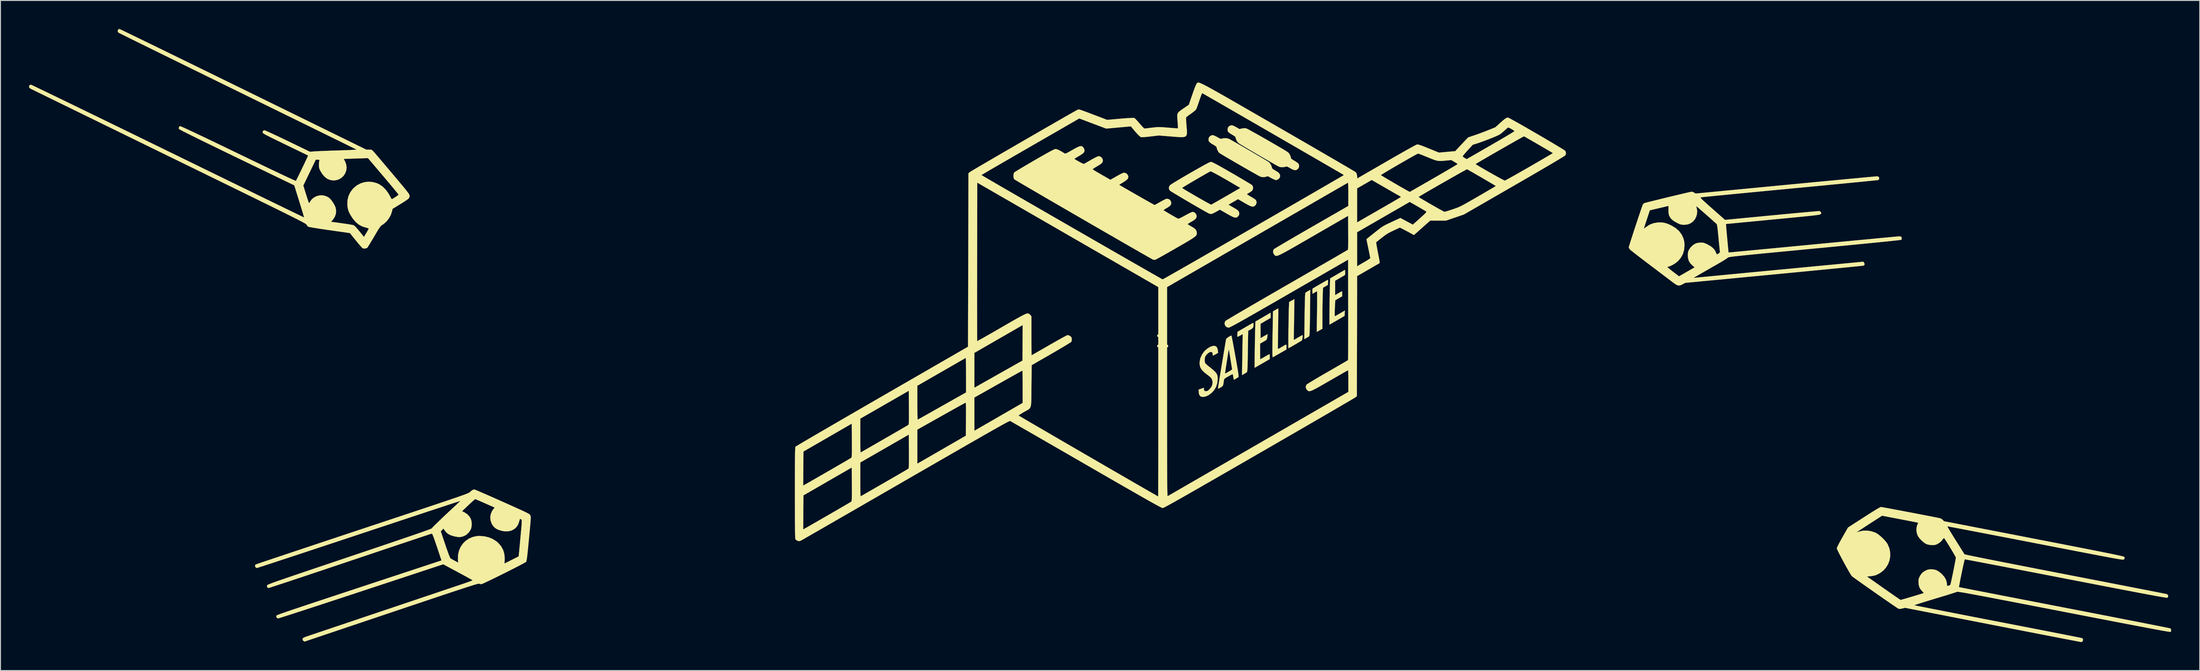
<source format=kicad_pcb>
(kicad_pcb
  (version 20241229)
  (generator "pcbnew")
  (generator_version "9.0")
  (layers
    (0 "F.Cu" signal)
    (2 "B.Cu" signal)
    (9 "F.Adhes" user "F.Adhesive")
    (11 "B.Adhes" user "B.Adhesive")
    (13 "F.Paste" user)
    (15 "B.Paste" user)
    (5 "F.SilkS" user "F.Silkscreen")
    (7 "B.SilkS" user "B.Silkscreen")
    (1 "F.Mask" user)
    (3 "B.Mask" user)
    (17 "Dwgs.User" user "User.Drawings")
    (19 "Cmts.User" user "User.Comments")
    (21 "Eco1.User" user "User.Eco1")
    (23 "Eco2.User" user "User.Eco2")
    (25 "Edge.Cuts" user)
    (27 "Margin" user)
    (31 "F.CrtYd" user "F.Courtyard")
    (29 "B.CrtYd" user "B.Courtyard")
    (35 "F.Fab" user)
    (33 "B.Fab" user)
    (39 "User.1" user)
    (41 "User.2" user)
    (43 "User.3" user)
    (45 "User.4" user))
  (footprint "1"
    (layer "F.Cu")
    (at 119.293 32.702)
    (property "Reference" "1" (at 0 0 0) (layer "F.SilkS") (effects (font (size 1.524 1.524) (thickness 0.3))))
    (attr through_hole)
    (fp_poly (pts (xy 15.503 -2.815) (xy 15.496 -2.254) (xy 15.489 -1.779) (xy 15.481 -1.385) (xy 15.473 -1.064) (xy 15.465 -0.811) (xy 15.455 -0.619) (xy 15.445 -0.483) (xy 15.433 -0.395) (xy 15.419 -0.351) (xy 15.415 -0.345) (xy 15.343 -0.293) (xy 15.222 -0.217) (xy 15.129 -0.163) (xy 14.902 -0.034) (xy 14.935 -2.453) (xy 14.943 -3.03) (xy 14.952 -3.52) (xy 14.96 -3.927) (xy 14.97 -4.257) (xy 14.979 -4.515) (xy 14.99 -4.705) (xy 15.002 -4.834) (xy 15.014 -4.905) (xy 15.023 -4.923) (xy 15.092 -4.973) (xy 15.212 -5.047) (xy 15.305 -5.102) (xy 15.532 -5.231) (xy 15.503 -2.815)) (stroke (width 0.01) (type solid)) (fill yes) (layer "F.SilkS"))
    (fp_poly (pts (xy 17.388 -6.263) (xy 17.404 -6.203) (xy 17.404 -6.071) (xy 17.401 -6.023) (xy 17.387 -5.754) (xy 17.129 -5.601) (xy 16.871 -5.448) (xy 16.841 -4.61) (xy 16.832 -4.328) (xy 16.825 -3.977) (xy 16.818 -3.581) (xy 16.813 -3.164) (xy 16.811 -2.75) (xy 16.81 -2.452) (xy 16.809 -1.131) (xy 16.213 -0.793) (xy 16.242 -2.936) (xy 16.247 -3.371) (xy 16.251 -3.777) (xy 16.253 -4.143) (xy 16.253 -4.462) (xy 16.252 -4.725) (xy 16.25 -4.921) (xy 16.245 -5.042) (xy 16.24 -5.08) (xy 16.187 -5.057) (xy 16.083 -4.999) (xy 15.99 -4.943) (xy 15.771 -4.807) (xy 15.757 -5.065) (xy 15.755 -5.214) (xy 15.766 -5.323) (xy 15.78 -5.36) (xy 15.831 -5.394) (xy 15.947 -5.464) (xy 16.112 -5.562) (xy 16.311 -5.679) (xy 16.528 -5.805) (xy 16.749 -5.932) (xy 16.956 -6.05) (xy 17.135 -6.151) (xy 17.27 -6.226) (xy 17.346 -6.265) (xy 17.352 -6.268) (xy 17.388 -6.263)) (stroke (width 0.01) (type solid)) (fill yes) (layer "F.SilkS"))
    (fp_poly (pts (xy 13.828 -2.097) (xy 13.794 0.062) (xy 13.951 -0.032) (xy 14.161 -0.156) (xy 14.358 -0.27) (xy 14.527 -0.365) (xy 14.651 -0.432) (xy 14.714 -0.461) (xy 14.718 -0.462) (xy 14.73 -0.421) (xy 14.728 -0.32) (xy 14.716 -0.188) (xy 14.696 -0.054) (xy 14.673 0.051) (xy 14.654 0.095) (xy 14.605 0.128) (xy 14.493 0.197) (xy 14.334 0.292) (xy 14.144 0.404) (xy 13.938 0.524) (xy 13.733 0.643) (xy 13.544 0.752) (xy 13.387 0.841) (xy 13.277 0.901) (xy 13.231 0.924) (xy 13.231 0.924) (xy 13.228 0.879) (xy 13.226 0.752) (xy 13.225 0.551) (xy 13.225 0.287) (xy 13.227 -0.031) (xy 13.229 -0.394) (xy 13.233 -0.792) (xy 13.235 -1.004) (xy 13.241 -1.441) (xy 13.247 -1.868) (xy 13.254 -2.273) (xy 13.261 -2.643) (xy 13.268 -2.963) (xy 13.274 -3.222) (xy 13.281 -3.405) (xy 13.282 -3.441) (xy 13.308 -3.95) (xy 13.585 -4.103) (xy 13.862 -4.256) (xy 13.828 -2.097)) (stroke (width 0.01) (type solid)) (fill yes) (layer "F.SilkS"))
    (fp_poly (pts (xy 9.545 -1.712) (xy 9.557 -1.607) (xy 9.56 -1.524) (xy 9.544 -1.355) (xy 9.488 -1.229) (xy 9.374 -1.122) (xy 9.192 -1.017) (xy 9.079 -0.958) (xy 9.01 -0.919) (xy 9 -0.911) (xy 8.998 -0.864) (xy 8.995 -0.734) (xy 8.991 -0.53) (xy 8.986 -0.261) (xy 8.98 0.064) (xy 8.974 0.435) (xy 8.968 0.844) (xy 8.962 1.237) (xy 8.954 1.751) (xy 8.946 2.18) (xy 8.938 2.531) (xy 8.93 2.812) (xy 8.921 3.031) (xy 8.911 3.194) (xy 8.9 3.309) (xy 8.887 3.383) (xy 8.872 3.425) (xy 8.864 3.435) (xy 8.787 3.491) (xy 8.663 3.57) (xy 8.573 3.623) (xy 8.348 3.751) (xy 8.383 1.591) (xy 8.417 -0.568) (xy 8.163 -0.422) (xy 8.026 -0.347) (xy 7.923 -0.294) (xy 7.878 -0.277) (xy 7.863 -0.319) (xy 7.857 -0.427) (xy 7.86 -0.542) (xy 7.874 -0.807) (xy 8.682 -1.278) (xy 8.929 -1.421) (xy 9.149 -1.547) (xy 9.329 -1.648) (xy 9.457 -1.719) (xy 9.521 -1.751) (xy 9.525 -1.752) (xy 9.545 -1.712)) (stroke (width 0.01) (type solid)) (fill yes) (layer "F.SilkS"))
    (fp_poly (pts (xy 19.203 -7.076) (xy 19.203 -6.895) (xy 19.176 -6.794) (xy 19.157 -6.775) (xy 19.095 -6.738) (xy 18.971 -6.665) (xy 18.804 -6.567) (xy 18.623 -6.462) (xy 18.149 -6.186) (xy 18.149 -4.669) (xy 18.497 -4.874) (xy 18.655 -4.967) (xy 18.781 -5.037) (xy 18.856 -5.076) (xy 18.867 -5.08) (xy 18.878 -5.038) (xy 18.886 -4.93) (xy 18.888 -4.814) (xy 18.888 -4.549) (xy 18.162 -4.134) (xy 18.133 -3.626) (xy 18.12 -3.357) (xy 18.11 -3.097) (xy 18.105 -2.86) (xy 18.104 -2.663) (xy 18.108 -2.522) (xy 18.117 -2.452) (xy 18.12 -2.448) (xy 18.164 -2.47) (xy 18.273 -2.529) (xy 18.43 -2.618) (xy 18.62 -2.728) (xy 18.654 -2.748) (xy 19.17 -3.048) (xy 19.156 -2.766) (xy 19.142 -2.484) (xy 18.611 -2.175) (xy 18.384 -2.043) (xy 18.158 -1.912) (xy 17.959 -1.797) (xy 17.815 -1.714) (xy 17.549 -1.563) (xy 17.555 -2.941) (xy 17.558 -3.36) (xy 17.563 -3.813) (xy 17.569 -4.274) (xy 17.576 -4.716) (xy 17.583 -5.113) (xy 17.59 -5.374) (xy 17.618 -6.431) (xy 19.189 -7.34) (xy 19.203 -7.076)) (stroke (width 0.01) (type solid)) (fill yes) (layer "F.SilkS"))
    (fp_poly (pts (xy 12.166 -3.269) (xy 12.167 -3.222) (xy 12.167 -3.091) (xy 12.165 -2.887) (xy 12.163 -2.617) (xy 12.159 -2.292) (xy 12.155 -1.921) (xy 12.15 -1.512) (xy 12.144 -1.131) (xy 12.139 -0.698) (xy 12.134 -0.293) (xy 12.129 0.073) (xy 12.126 0.391) (xy 12.124 0.653) (xy 12.123 0.849) (xy 12.123 0.97) (xy 12.125 1.007) (xy 12.166 0.991) (xy 12.269 0.937) (xy 12.414 0.856) (xy 12.498 0.806) (xy 12.714 0.678) (xy 12.861 0.593) (xy 12.953 0.551) (xy 13.002 0.551) (xy 13.022 0.593) (xy 13.025 0.675) (xy 13.023 0.78) (xy 13.023 1.055) (xy 12.319 1.457) (xy 12.088 1.589) (xy 11.885 1.705) (xy 11.724 1.797) (xy 11.617 1.858) (xy 11.58 1.879) (xy 11.568 1.843) (xy 11.558 1.729) (xy 11.55 1.555) (xy 11.546 1.334) (xy 11.545 1.211) (xy 11.546 1.001) (xy 11.549 0.715) (xy 11.553 0.368) (xy 11.558 -0.022) (xy 11.563 -0.44) (xy 11.57 -0.87) (xy 11.576 -1.218) (xy 11.607 -2.96) (xy 11.882 -3.121) (xy 12.02 -3.2) (xy 12.121 -3.253) (xy 12.166 -3.27) (xy 12.166 -3.269)) (stroke (width 0.01) (type solid)) (fill yes) (layer "F.SilkS"))
    (fp_poly (pts (xy 11.361 -2.272) (xy 10.83 -1.964) (xy 10.299 -1.655) (xy 10.299 -0.128) (xy 10.402 -0.196) (xy 10.497 -0.254) (xy 10.639 -0.338) (xy 10.774 -0.415) (xy 11.042 -0.566) (xy 11.013 -0.317) (xy 10.993 -0.158) (xy 10.968 -0.05) (xy 10.921 0.028) (xy 10.835 0.098) (xy 10.694 0.182) (xy 10.602 0.235) (xy 10.252 0.434) (xy 10.252 1.256) (xy 10.253 1.52) (xy 10.256 1.749) (xy 10.261 1.928) (xy 10.266 2.042) (xy 10.272 2.078) (xy 10.317 2.057) (xy 10.425 1.998) (xy 10.577 1.913) (xy 10.699 1.843) (xy 10.88 1.739) (xy 11.037 1.649) (xy 11.149 1.585) (xy 11.187 1.564) (xy 11.232 1.549) (xy 11.257 1.577) (xy 11.267 1.666) (xy 11.268 1.793) (xy 11.268 2.065) (xy 10.47 2.525) (xy 9.672 2.985) (xy 9.685 1.666) (xy 9.69 1.246) (xy 9.697 0.784) (xy 9.705 0.31) (xy 9.713 -0.148) (xy 9.722 -0.56) (xy 9.727 -0.772) (xy 9.755 -1.89) (xy 10.408 -2.267) (xy 10.641 -2.402) (xy 10.857 -2.527) (xy 11.038 -2.633) (xy 11.167 -2.708) (xy 11.211 -2.734) (xy 11.361 -2.825) (xy 11.361 -2.272)) (stroke (width 0.01) (type solid)) (fill yes) (layer "F.SilkS"))
    (fp_poly (pts (xy 5.53 0.688) (xy 5.539 0.691) (xy 5.668 0.777) (xy 5.752 0.915) (xy 5.799 1.123) (xy 5.805 1.173) (xy 5.83 1.411) (xy 5.582 1.548) (xy 5.446 1.623) (xy 5.342 1.679) (xy 5.3 1.701) (xy 5.277 1.671) (xy 5.265 1.578) (xy 5.265 1.557) (xy 5.237 1.401) (xy 5.158 1.319) (xy 5.037 1.309) (xy 4.881 1.374) (xy 4.732 1.485) (xy 4.613 1.607) (xy 4.515 1.736) (xy 4.494 1.772) (xy 4.44 1.935) (xy 4.419 2.132) (xy 4.43 2.324) (xy 4.473 2.476) (xy 4.487 2.499) (xy 4.549 2.568) (xy 4.669 2.678) (xy 4.831 2.817) (xy 5.018 2.969) (xy 5.062 3.004) (xy 5.32 3.213) (xy 5.51 3.388) (xy 5.642 3.545) (xy 5.725 3.699) (xy 5.77 3.867) (xy 5.787 4.063) (xy 5.787 4.158) (xy 5.744 4.595) (xy 5.619 4.989) (xy 5.412 5.339) (xy 5.157 5.617) (xy 4.905 5.813) (xy 4.652 5.953) (xy 4.411 6.033) (xy 4.195 6.051) (xy 4.016 6.003) (xy 3.925 5.934) (xy 3.852 5.826) (xy 3.811 5.679) (xy 3.796 5.547) (xy 3.777 5.277) (xy 4.056 5.182) (xy 4.336 5.088) (xy 4.35 5.257) (xy 4.367 5.37) (xy 4.413 5.42) (xy 4.519 5.439) (xy 4.535 5.441) (xy 4.635 5.44) (xy 4.722 5.411) (xy 4.82 5.339) (xy 4.934 5.233) (xy 5.125 4.994) (xy 5.232 4.735) (xy 5.25 4.466) (xy 5.223 4.318) (xy 5.181 4.194) (xy 5.123 4.089) (xy 5.034 3.986) (xy 4.9 3.868) (xy 4.707 3.719) (xy 4.661 3.685) (xy 4.366 3.45) (xy 4.149 3.233) (xy 4.002 3.02) (xy 3.917 2.798) (xy 3.885 2.551) (xy 3.89 2.36) (xy 3.962 1.976) (xy 4.121 1.61) (xy 4.357 1.277) (xy 4.447 1.181) (xy 4.678 0.979) (xy 4.918 0.822) (xy 5.151 0.716) (xy 5.36 0.669) (xy 5.53 0.688)) (stroke (width 0.01) (type solid)) (fill yes) (layer "F.SilkS"))
    (fp_poly (pts (xy 7.429 -22.516) (xy 7.594 -22.437) (xy 7.765 -22.342) (xy 8.076 -22.163) (xy 8.352 -22.22) (xy 8.547 -22.25) (xy 8.697 -22.248) (xy 8.81 -22.222) (xy 8.884 -22.189) (xy 9.029 -22.114) (xy 9.235 -22.003) (xy 9.491 -21.862) (xy 9.79 -21.695) (xy 10.121 -21.509) (xy 10.475 -21.308) (xy 10.842 -21.098) (xy 11.214 -20.885) (xy 11.58 -20.674) (xy 11.932 -20.469) (xy 12.259 -20.278) (xy 12.553 -20.105) (xy 12.803 -19.955) (xy 13.001 -19.835) (xy 13.138 -19.748) (xy 13.201 -19.703) (xy 13.314 -19.569) (xy 13.411 -19.4) (xy 13.473 -19.235) (xy 13.485 -19.15) (xy 13.5 -19.087) (xy 13.555 -19.021) (xy 13.663 -18.941) (xy 13.839 -18.834) (xy 13.851 -18.827) (xy 14.023 -18.72) (xy 14.17 -18.617) (xy 14.269 -18.534) (xy 14.29 -18.51) (xy 14.359 -18.337) (xy 14.345 -18.155) (xy 14.251 -17.986) (xy 14.228 -17.961) (xy 14.106 -17.867) (xy 13.976 -17.829) (xy 13.821 -17.848) (xy 13.626 -17.927) (xy 13.422 -18.038) (xy 13.246 -18.138) (xy 13.128 -18.196) (xy 13.045 -18.218) (xy 12.978 -18.212) (xy 12.929 -18.195) (xy 12.776 -18.157) (xy 12.584 -18.144) (xy 12.394 -18.156) (xy 12.247 -18.191) (xy 12.229 -18.2) (xy 12.093 -18.273) (xy 11.897 -18.382) (xy 11.65 -18.523) (xy 11.361 -18.688) (xy 11.039 -18.873) (xy 10.693 -19.073) (xy 10.333 -19.282) (xy 9.969 -19.495) (xy 9.608 -19.706) (xy 9.261 -19.91) (xy 8.936 -20.101) (xy 8.644 -20.275) (xy 8.393 -20.425) (xy 8.192 -20.546) (xy 8.051 -20.633) (xy 7.979 -20.681) (xy 7.974 -20.685) (xy 7.804 -20.888) (xy 7.705 -21.132) (xy 7.689 -21.204) (xy 7.665 -21.291) (xy 7.617 -21.363) (xy 7.527 -21.436) (xy 7.378 -21.527) (xy 7.325 -21.558) (xy 7.107 -21.689) (xy 6.961 -21.797) (xy 6.874 -21.895) (xy 6.834 -21.998) (xy 6.826 -22.09) (xy 6.858 -22.294) (xy 6.96 -22.44) (xy 7.085 -22.515) (xy 7.195 -22.55) (xy 7.302 -22.552) (xy 7.429 -22.516)) (stroke (width 0.01) (type solid)) (fill yes) (layer "F.SilkS"))
    (fp_poly (pts (xy 5.36 -21.498) (xy 5.501 -21.438) (xy 5.671 -21.353) (xy 5.747 -21.311) (xy 5.925 -21.211) (xy 6.046 -21.154) (xy 6.13 -21.132) (xy 6.198 -21.139) (xy 6.241 -21.154) (xy 6.422 -21.196) (xy 6.642 -21.2) (xy 6.854 -21.17) (xy 6.982 -21.124) (xy 7.111 -21.055) (xy 7.301 -20.95) (xy 7.544 -20.812) (xy 7.829 -20.65) (xy 8.148 -20.466) (xy 8.49 -20.268) (xy 8.848 -20.06) (xy 9.211 -19.849) (xy 9.57 -19.638) (xy 9.916 -19.435) (xy 10.24 -19.244) (xy 10.531 -19.071) (xy 10.781 -18.921) (xy 10.98 -18.8) (xy 11.12 -18.714) (xy 11.189 -18.667) (xy 11.193 -18.663) (xy 11.308 -18.529) (xy 11.409 -18.359) (xy 11.478 -18.189) (xy 11.498 -18.079) (xy 11.532 -18.005) (xy 11.638 -17.917) (xy 11.777 -17.833) (xy 11.943 -17.736) (xy 12.097 -17.636) (xy 12.189 -17.568) (xy 12.318 -17.411) (xy 12.364 -17.241) (xy 12.332 -17.074) (xy 12.225 -16.927) (xy 12.05 -16.816) (xy 11.978 -16.79) (xy 11.878 -16.795) (xy 11.717 -16.853) (xy 11.516 -16.951) (xy 11.349 -17.041) (xy 11.212 -17.117) (xy 11.128 -17.168) (xy 11.113 -17.179) (xy 11.049 -17.188) (xy 10.941 -17.161) (xy 10.919 -17.152) (xy 10.661 -17.092) (xy 10.392 -17.116) (xy 10.269 -17.156) (xy 10.188 -17.197) (xy 10.038 -17.277) (xy 9.83 -17.393) (xy 9.572 -17.538) (xy 9.273 -17.707) (xy 8.943 -17.895) (xy 8.592 -18.097) (xy 8.229 -18.306) (xy 7.863 -18.518) (xy 7.504 -18.726) (xy 7.16 -18.927) (xy 6.842 -19.113) (xy 6.559 -19.28) (xy 6.32 -19.423) (xy 6.134 -19.535) (xy 6.011 -19.612) (xy 5.963 -19.645) (xy 5.86 -19.769) (xy 5.766 -19.934) (xy 5.701 -20.103) (xy 5.681 -20.213) (xy 5.654 -20.288) (xy 5.564 -20.37) (xy 5.415 -20.462) (xy 5.173 -20.604) (xy 5.005 -20.721) (xy 4.898 -20.824) (xy 4.839 -20.923) (xy 4.825 -20.969) (xy 4.826 -21.16) (xy 4.902 -21.328) (xy 5.038 -21.454) (xy 5.216 -21.517) (xy 5.274 -21.52) (xy 5.36 -21.498)) (stroke (width 0.01) (type solid)) (fill yes) (layer "F.SilkS"))
    (fp_poly (pts (xy 7.239 -0.396) (xy 7.253 -0.346) (xy 7.281 -0.214) (xy 7.322 -0.009) (xy 7.374 0.259) (xy 7.434 0.583) (xy 7.503 0.952) (xy 7.577 1.358) (xy 7.65 1.768) (xy 7.743 2.289) (xy 7.819 2.726) (xy 7.88 3.085) (xy 7.926 3.372) (xy 7.959 3.594) (xy 7.979 3.757) (xy 7.987 3.867) (xy 7.985 3.931) (xy 7.976 3.953) (xy 7.906 4.003) (xy 7.786 4.078) (xy 7.704 4.126) (xy 7.489 4.248) (xy 7.464 4.122) (xy 7.438 3.987) (xy 7.41 3.832) (xy 7.409 3.822) (xy 7.384 3.711) (xy 7.358 3.651) (xy 7.353 3.648) (xy 7.305 3.67) (xy 7.194 3.727) (xy 7.038 3.812) (xy 6.898 3.89) (xy 6.707 3.998) (xy 6.582 4.076) (xy 6.508 4.139) (xy 6.468 4.202) (xy 6.447 4.279) (xy 6.438 4.34) (xy 6.404 4.573) (xy 6.376 4.733) (xy 6.344 4.841) (xy 6.298 4.914) (xy 6.231 4.971) (xy 6.131 5.033) (xy 6.084 5.06) (xy 5.936 5.141) (xy 5.852 5.173) (xy 5.82 5.157) (xy 5.819 5.146) (xy 5.826 5.091) (xy 5.847 4.954) (xy 5.88 4.746) (xy 5.923 4.477) (xy 5.975 4.158) (xy 6.034 3.798) (xy 6.069 3.58) (xy 6.558 3.58) (xy 6.594 3.572) (xy 6.688 3.528) (xy 6.819 3.459) (xy 6.967 3.376) (xy 7.11 3.291) (xy 7.202 3.231) (xy 7.308 3.16) (xy 7.162 2.238) (xy 7.103 1.87) (xy 7.057 1.585) (xy 7.022 1.372) (xy 6.995 1.224) (xy 6.975 1.131) (xy 6.961 1.084) (xy 6.951 1.073) (xy 6.944 1.085) (xy 6.934 1.14) (xy 6.913 1.271) (xy 6.881 1.464) (xy 6.843 1.704) (xy 6.801 1.977) (xy 6.755 2.268) (xy 6.71 2.562) (xy 6.666 2.844) (xy 6.627 3.101) (xy 6.595 3.316) (xy 6.571 3.477) (xy 6.559 3.567) (xy 6.558 3.58) (xy 6.069 3.58) (xy 6.098 3.407) (xy 6.165 2.996) (xy 6.235 2.574) (xy 6.305 2.151) (xy 6.373 1.739) (xy 6.438 1.346) (xy 6.499 0.982) (xy 6.553 0.659) (xy 6.6 0.386) (xy 6.636 0.172) (xy 6.662 0.029) (xy 6.673 -0.031) (xy 6.719 -0.097) (xy 6.816 -0.182) (xy 6.94 -0.27) (xy 7.067 -0.346) (xy 7.174 -0.393) (xy 7.237 -0.398) (xy 7.239 -0.396)) (stroke (width 0.01) (type solid)) (fill yes) (layer "F.SilkS"))
    (fp_poly (pts (xy 5.143 -18.692) (xy 5.235 -18.656) (xy 5.37 -18.593) (xy 5.551 -18.5) (xy 5.785 -18.374) (xy 6.078 -18.212) (xy 6.434 -18.01) (xy 6.859 -17.767) (xy 7.274 -17.528) (xy 7.673 -17.297) (xy 8.05 -17.076) (xy 8.397 -16.872) (xy 8.707 -16.689) (xy 8.97 -16.531) (xy 9.179 -16.404) (xy 9.326 -16.312) (xy 9.403 -16.26) (xy 9.41 -16.254) (xy 9.49 -16.119) (xy 9.513 -15.947) (xy 9.477 -15.777) (xy 9.44 -15.71) (xy 9.361 -15.631) (xy 9.231 -15.535) (xy 9.117 -15.465) (xy 8.987 -15.387) (xy 8.896 -15.324) (xy 8.868 -15.293) (xy 8.906 -15.26) (xy 9.009 -15.194) (xy 9.159 -15.105) (xy 9.288 -15.032) (xy 9.474 -14.924) (xy 9.637 -14.818) (xy 9.755 -14.73) (xy 9.795 -14.691) (xy 9.875 -14.524) (xy 9.872 -14.344) (xy 9.788 -14.173) (xy 9.748 -14.128) (xy 9.655 -14.048) (xy 9.559 -14.002) (xy 9.449 -13.993) (xy 9.312 -14.023) (xy 9.135 -14.096) (xy 8.907 -14.215) (xy 8.614 -14.381) (xy 8.605 -14.386) (xy 7.931 -14.779) (xy 7.556 -14.563) (xy 7.374 -14.458) (xy 7.208 -14.361) (xy 7.085 -14.288) (xy 7.053 -14.269) (xy 6.924 -14.191) (xy 7.44 -13.896) (xy 7.666 -13.763) (xy 7.824 -13.661) (xy 7.927 -13.577) (xy 7.991 -13.502) (xy 8.022 -13.444) (xy 8.065 -13.251) (xy 8.018 -13.076) (xy 7.92 -12.95) (xy 7.833 -12.879) (xy 7.739 -12.84) (xy 7.625 -12.838) (xy 7.48 -12.875) (xy 7.294 -12.955) (xy 7.053 -13.079) (xy 6.748 -13.251) (xy 6.74 -13.256) (xy 6.021 -13.671) (xy 5.608 -13.44) (xy 5.385 -13.32) (xy 5.219 -13.247) (xy 5.089 -13.217) (xy 4.977 -13.227) (xy 4.862 -13.271) (xy 4.839 -13.283) (xy 4.691 -13.362) (xy 4.486 -13.476) (xy 4.232 -13.62) (xy 3.938 -13.787) (xy 3.615 -13.974) (xy 3.27 -14.174) (xy 2.915 -14.381) (xy 2.557 -14.591) (xy 2.207 -14.797) (xy 1.874 -14.995) (xy 1.566 -15.178) (xy 1.294 -15.342) (xy 1.067 -15.48) (xy 0.895 -15.587) (xy 0.785 -15.658) (xy 0.75 -15.684) (xy 0.66 -15.846) (xy 0.656 -15.961) (xy 2.048 -15.961) (xy 2.09 -15.927) (xy 2.201 -15.854) (xy 2.372 -15.749) (xy 2.591 -15.617) (xy 2.847 -15.466) (xy 3.13 -15.3) (xy 3.429 -15.126) (xy 3.734 -14.951) (xy 4.032 -14.78) (xy 4.315 -14.62) (xy 4.57 -14.477) (xy 4.788 -14.357) (xy 4.957 -14.267) (xy 5.067 -14.212) (xy 5.106 -14.198) (xy 5.156 -14.224) (xy 5.276 -14.291) (xy 5.459 -14.394) (xy 5.694 -14.528) (xy 5.972 -14.687) (xy 6.285 -14.867) (xy 6.622 -15.061) (xy 6.653 -15.079) (xy 6.991 -15.274) (xy 7.303 -15.454) (xy 7.58 -15.615) (xy 7.814 -15.75) (xy 7.995 -15.856) (xy 8.114 -15.925) (xy 8.164 -15.955) (xy 8.164 -15.955) (xy 8.129 -15.98) (xy 8.022 -16.046) (xy 7.852 -16.148) (xy 7.627 -16.28) (xy 7.357 -16.438) (xy 7.049 -16.617) (xy 6.713 -16.812) (xy 6.643 -16.852) (xy 6.236 -17.085) (xy 5.879 -17.286) (xy 5.579 -17.45) (xy 5.339 -17.577) (xy 5.165 -17.663) (xy 5.062 -17.706) (xy 5.037 -17.71) (xy 4.96 -17.673) (xy 4.819 -17.597) (xy 4.626 -17.49) (xy 4.39 -17.356) (xy 4.123 -17.203) (xy 3.835 -17.037) (xy 3.537 -16.863) (xy 3.239 -16.688) (xy 2.952 -16.519) (xy 2.687 -16.361) (xy 2.454 -16.221) (xy 2.264 -16.105) (xy 2.128 -16.019) (xy 2.056 -15.97) (xy 2.048 -15.961) (xy 0.656 -15.961) (xy 0.653 -16.024) (xy 0.729 -16.197) (xy 0.774 -16.25) (xy 0.838 -16.3) (xy 0.974 -16.389) (xy 1.175 -16.515) (xy 1.431 -16.671) (xy 1.734 -16.853) (xy 2.076 -17.056) (xy 2.449 -17.274) (xy 2.845 -17.504) (xy 2.915 -17.544) (xy 3.399 -17.822) (xy 3.809 -18.055) (xy 4.151 -18.247) (xy 4.43 -18.401) (xy 4.653 -18.519) (xy 4.824 -18.606) (xy 4.951 -18.663) (xy 5.037 -18.695) (xy 5.086 -18.703) (xy 5.143 -18.692)) (stroke (width 0.01) (type solid)) (fill yes) (layer "F.SilkS"))
    (fp_poly (pts (xy -8.493 -20.34) (xy -8.449 -20.319) (xy -8.348 -20.225) (xy -8.266 -20.08) (xy -8.222 -19.925) (xy -8.22 -19.89) (xy -8.241 -19.783) (xy -8.308 -19.677) (xy -8.433 -19.563) (xy -8.626 -19.431) (xy -8.839 -19.304) (xy -9.017 -19.2) (xy -9.161 -19.112) (xy -9.254 -19.05) (xy -9.282 -19.025) (xy -9.244 -18.989) (xy -9.143 -18.922) (xy -8.998 -18.836) (xy -8.829 -18.741) (xy -8.655 -18.648) (xy -8.497 -18.567) (xy -8.372 -18.51) (xy -8.302 -18.487) (xy -8.296 -18.487) (xy -8.239 -18.516) (xy -8.117 -18.583) (xy -7.944 -18.681) (xy -7.734 -18.801) (xy -7.551 -18.906) (xy -7.317 -19.037) (xy -7.104 -19.15) (xy -6.928 -19.237) (xy -6.803 -19.291) (xy -6.753 -19.304) (xy -6.565 -19.263) (xy -6.415 -19.153) (xy -6.319 -18.995) (xy -6.295 -18.809) (xy -6.303 -18.752) (xy -6.332 -18.67) (xy -6.389 -18.591) (xy -6.485 -18.505) (xy -6.633 -18.401) (xy -6.844 -18.272) (xy -7.012 -18.174) (xy -7.191 -18.067) (xy -7.299 -17.992) (xy -7.346 -17.941) (xy -7.343 -17.904) (xy -7.335 -17.895) (xy -7.278 -17.856) (xy -7.154 -17.779) (xy -6.974 -17.671) (xy -6.751 -17.54) (xy -6.499 -17.393) (xy -6.386 -17.328) (xy -5.499 -16.818) (xy -4.849 -17.191) (xy -4.558 -17.353) (xy -4.325 -17.471) (xy -4.155 -17.542) (xy -4.06 -17.564) (xy -3.888 -17.523) (xy -3.737 -17.413) (xy -3.639 -17.261) (xy -3.632 -17.238) (xy -3.613 -17.117) (xy -3.634 -17.005) (xy -3.704 -16.894) (xy -3.831 -16.774) (xy -4.024 -16.636) (xy -4.29 -16.47) (xy -4.363 -16.427) (xy -4.48 -16.354) (xy -4.553 -16.301) (xy -4.566 -16.283) (xy -4.515 -16.25) (xy -4.394 -16.178) (xy -4.214 -16.072) (xy -3.983 -15.938) (xy -3.712 -15.782) (xy -3.411 -15.608) (xy -3.089 -15.424) (xy -2.756 -15.233) (xy -2.422 -15.042) (xy -2.096 -14.857) (xy -1.788 -14.682) (xy -1.508 -14.524) (xy -1.266 -14.388) (xy -1.071 -14.279) (xy -0.933 -14.203) (xy -0.862 -14.166) (xy -0.855 -14.163) (xy -0.8 -14.186) (xy -0.682 -14.247) (xy -0.515 -14.339) (xy -0.316 -14.452) (xy -0.243 -14.494) (xy -0.03 -14.614) (xy 0.164 -14.715) (xy 0.321 -14.787) (xy 0.423 -14.822) (xy 0.44 -14.824) (xy 0.638 -14.784) (xy 0.792 -14.671) (xy 0.881 -14.508) (xy 0.906 -14.349) (xy 0.873 -14.211) (xy 0.774 -14.08) (xy 0.599 -13.945) (xy 0.439 -13.849) (xy 0.283 -13.757) (xy 0.163 -13.679) (xy 0.099 -13.629) (xy 0.092 -13.62) (xy 0.13 -13.589) (xy 0.233 -13.522) (xy 0.387 -13.428) (xy 0.577 -13.314) (xy 0.786 -13.19) (xy 1.002 -13.065) (xy 1.208 -12.947) (xy 1.39 -12.845) (xy 1.532 -12.768) (xy 1.62 -12.724) (xy 1.628 -12.721) (xy 1.704 -12.731) (xy 1.854 -12.791) (xy 2.077 -12.903) (xy 2.37 -13.065) (xy 2.606 -13.194) (xy 2.82 -13.304) (xy 2.995 -13.385) (xy 3.116 -13.431) (xy 3.154 -13.439) (xy 3.306 -13.398) (xy 3.444 -13.292) (xy 3.542 -13.149) (xy 3.574 -13.012) (xy 3.559 -12.875) (xy 3.504 -12.757) (xy 3.398 -12.644) (xy 3.228 -12.523) (xy 3.031 -12.407) (xy 2.862 -12.309) (xy 2.729 -12.226) (xy 2.648 -12.168) (xy 2.632 -12.15) (xy 2.67 -12.114) (xy 2.772 -12.046) (xy 2.919 -11.956) (xy 3.028 -11.894) (xy 3.251 -11.762) (xy 3.404 -11.649) (xy 3.501 -11.54) (xy 3.555 -11.42) (xy 3.581 -11.285) (xy 3.59 -11.202) (xy 3.592 -11.129) (xy 3.58 -11.06) (xy 3.548 -10.991) (xy 3.491 -10.918) (xy 3.403 -10.835) (xy 3.277 -10.739) (xy 3.107 -10.624) (xy 2.888 -10.486) (xy 2.613 -10.321) (xy 2.276 -10.123) (xy 1.872 -9.889) (xy 1.393 -9.613) (xy 1.382 -9.606) (xy 0.981 -9.376) (xy 0.601 -9.159) (xy 0.251 -8.96) (xy -0.062 -8.784) (xy -0.33 -8.635) (xy -0.543 -8.518) (xy -0.696 -8.437) (xy -0.778 -8.397) (xy -0.788 -8.393) (xy -0.919 -8.388) (xy -1.002 -8.407) (xy -1.063 -8.438) (xy -1.198 -8.513) (xy -1.403 -8.628) (xy -1.672 -8.78) (xy -2.001 -8.967) (xy -2.384 -9.187) (xy -2.817 -9.435) (xy -3.296 -9.71) (xy -3.814 -10.008) (xy -4.368 -10.327) (xy -4.951 -10.664) (xy -5.561 -11.016) (xy -6.191 -11.379) (xy -6.837 -11.753) (xy -7.493 -12.133) (xy -8.156 -12.516) (xy -8.819 -12.901) (xy -9.479 -13.283) (xy -10.131 -13.661) (xy -10.769 -14.032) (xy -11.388 -14.391) (xy -11.985 -14.738) (xy -12.553 -15.069) (xy -13.088 -15.381) (xy -13.585 -15.671) (xy -14.04 -15.937) (xy -14.447 -16.175) (xy -14.802 -16.384) (xy -15.099 -16.559) (xy -15.334 -16.698) (xy -15.502 -16.799) (xy -15.598 -16.859) (xy -15.62 -16.874) (xy -15.676 -16.998) (xy -15.702 -17.17) (xy -15.697 -17.354) (xy -15.662 -17.513) (xy -15.621 -17.588) (xy -15.566 -17.629) (xy -15.439 -17.711) (xy -15.248 -17.83) (xy -15 -17.98) (xy -14.703 -18.157) (xy -14.366 -18.357) (xy -13.996 -18.574) (xy -13.601 -18.804) (xy -13.485 -18.871) (xy -12.999 -19.151) (xy -12.586 -19.387) (xy -12.241 -19.582) (xy -11.959 -19.739) (xy -11.732 -19.861) (xy -11.556 -19.951) (xy -11.425 -20.012) (xy -11.332 -20.047) (xy -11.273 -20.06) (xy -11.268 -20.061) (xy -11.127 -20.032) (xy -10.922 -19.945) (xy -10.656 -19.803) (xy -10.336 -19.608) (xy -10.322 -19.599) (xy -10.281 -19.582) (xy -10.227 -19.584) (xy -10.147 -19.609) (xy -10.03 -19.664) (xy -9.864 -19.753) (xy -9.636 -19.883) (xy -9.514 -19.953) (xy -9.223 -20.118) (xy -8.997 -20.237) (xy -8.823 -20.315) (xy -8.69 -20.355) (xy -8.584 -20.361) (xy -8.493 -20.34)) (stroke (width 0.01) (type solid)) (fill yes) (layer "F.SilkS"))
    (fp_poly (pts (xy 75.285 -17.161) (xy 75.363 -17.097) (xy 75.37 -17.086) (xy 75.399 -16.96) (xy 75.364 -16.848) (xy 75.294 -16.791) (xy 75.241 -16.784) (xy 75.101 -16.769) (xy 74.878 -16.746) (xy 74.576 -16.715) (xy 74.2 -16.678) (xy 73.754 -16.633) (xy 73.242 -16.583) (xy 72.669 -16.527) (xy 72.039 -16.466) (xy 71.357 -16.399) (xy 70.626 -16.329) (xy 69.852 -16.254) (xy 69.039 -16.176) (xy 68.191 -16.094) (xy 67.312 -16.01) (xy 66.407 -15.924) (xy 66.002 -15.885) (xy 65.086 -15.798) (xy 64.194 -15.713) (xy 63.33 -15.63) (xy 62.498 -15.55) (xy 61.703 -15.473) (xy 60.95 -15.4) (xy 60.242 -15.332) (xy 59.585 -15.268) (xy 58.982 -15.209) (xy 58.439 -15.156) (xy 57.958 -15.108) (xy 57.546 -15.067) (xy 57.206 -15.033) (xy 56.943 -15.006) (xy 56.761 -14.987) (xy 56.665 -14.975) (xy 56.651 -14.973) (xy 56.62 -14.962) (xy 56.606 -14.944) (xy 56.613 -14.914) (xy 56.647 -14.865) (xy 56.714 -14.791) (xy 56.821 -14.687) (xy 56.972 -14.547) (xy 57.174 -14.365) (xy 57.431 -14.135) (xy 57.751 -13.851) (xy 57.846 -13.768) (xy 59.171 -12.596) (xy 64.086 -13.067) (xy 64.752 -13.13) (xy 65.393 -13.191) (xy 66.003 -13.248) (xy 66.577 -13.302) (xy 67.107 -13.351) (xy 67.588 -13.395) (xy 68.013 -13.433) (xy 68.377 -13.466) (xy 68.674 -13.491) (xy 68.897 -13.51) (xy 69.04 -13.52) (xy 69.097 -13.523) (xy 69.196 -13.474) (xy 69.257 -13.411) (xy 69.296 -13.329) (xy 69.273 -13.257) (xy 69.239 -13.213) (xy 69.223 -13.196) (xy 69.2 -13.181) (xy 69.163 -13.166) (xy 69.108 -13.151) (xy 69.03 -13.134) (xy 68.923 -13.117) (xy 68.783 -13.097) (xy 68.603 -13.074) (xy 68.379 -13.048) (xy 68.106 -13.019) (xy 67.779 -12.985) (xy 67.391 -12.945) (xy 66.939 -12.901) (xy 66.417 -12.849) (xy 65.819 -12.792) (xy 65.141 -12.726) (xy 64.376 -12.653) (xy 64.216 -12.637) (xy 59.274 -12.163) (xy 59.282 -12.004) (xy 59.288 -11.923) (xy 59.3 -11.77) (xy 59.319 -11.557) (xy 59.342 -11.298) (xy 59.368 -11.008) (xy 59.397 -10.699) (xy 59.426 -10.385) (xy 59.454 -10.08) (xy 59.481 -9.798) (xy 59.505 -9.551) (xy 59.524 -9.353) (xy 59.538 -9.219) (xy 59.545 -9.161) (xy 59.546 -9.16) (xy 59.592 -9.163) (xy 59.725 -9.175) (xy 59.941 -9.195) (xy 60.236 -9.223) (xy 60.605 -9.258) (xy 61.044 -9.299) (xy 61.549 -9.347) (xy 62.114 -9.4) (xy 62.736 -9.459) (xy 63.409 -9.524) (xy 64.131 -9.592) (xy 64.895 -9.665) (xy 65.698 -9.742) (xy 66.536 -9.822) (xy 67.403 -9.905) (xy 68.296 -9.99) (xy 68.418 -10.002) (xy 69.317 -10.088) (xy 70.193 -10.172) (xy 71.042 -10.253) (xy 71.858 -10.331) (xy 72.637 -10.405) (xy 73.376 -10.475) (xy 74.068 -10.541) (xy 74.71 -10.602) (xy 75.297 -10.657) (xy 75.824 -10.707) (xy 76.288 -10.751) (xy 76.682 -10.788) (xy 77.004 -10.817) (xy 77.248 -10.84) (xy 77.409 -10.854) (xy 77.483 -10.86) (xy 77.486 -10.86) (xy 77.646 -10.848) (xy 77.736 -10.788) (xy 77.769 -10.669) (xy 77.769 -10.639) (xy 77.745 -10.537) (xy 77.712 -10.493) (xy 77.661 -10.484) (xy 77.523 -10.467) (xy 77.301 -10.442) (xy 77.001 -10.409) (xy 76.626 -10.37) (xy 76.181 -10.324) (xy 75.672 -10.272) (xy 75.101 -10.214) (xy 74.473 -10.152) (xy 73.794 -10.084) (xy 73.066 -10.013) (xy 72.296 -9.937) (xy 71.486 -9.858) (xy 70.643 -9.777) (xy 69.769 -9.692) (xy 68.869 -9.606) (xy 68.603 -9.581) (xy 67.531 -9.478) (xy 66.546 -9.384) (xy 65.646 -9.298) (xy 64.826 -9.219) (xy 64.083 -9.148) (xy 63.413 -9.083) (xy 62.812 -9.024) (xy 62.276 -8.972) (xy 61.802 -8.925) (xy 61.385 -8.883) (xy 61.022 -8.846) (xy 60.709 -8.813) (xy 60.441 -8.784) (xy 60.217 -8.758) (xy 60.03 -8.736) (xy 59.879 -8.716) (xy 59.758 -8.699) (xy 59.664 -8.683) (xy 59.594 -8.669) (xy 59.542 -8.656) (xy 59.507 -8.644) (xy 59.483 -8.632) (xy 59.467 -8.619) (xy 59.459 -8.611) (xy 59.391 -8.556) (xy 59.257 -8.465) (xy 59.07 -8.347) (xy 58.845 -8.211) (xy 58.597 -8.065) (xy 58.582 -8.057) (xy 58.041 -7.747) (xy 57.575 -7.48) (xy 57.179 -7.252) (xy 56.847 -7.062) (xy 56.574 -6.905) (xy 56.356 -6.778) (xy 56.186 -6.678) (xy 56.06 -6.603) (xy 55.972 -6.549) (xy 55.918 -6.513) (xy 55.891 -6.491) (xy 55.888 -6.481) (xy 55.902 -6.48) (xy 55.928 -6.484) (xy 55.962 -6.49) (xy 55.98 -6.493) (xy 56.037 -6.499) (xy 56.18 -6.514) (xy 56.407 -6.536) (xy 56.712 -6.566) (xy 57.091 -6.602) (xy 57.539 -6.645) (xy 58.052 -6.695) (xy 58.626 -6.75) (xy 59.255 -6.81) (xy 59.935 -6.875) (xy 60.663 -6.945) (xy 61.432 -7.019) (xy 62.239 -7.096) (xy 63.08 -7.176) (xy 63.949 -7.259) (xy 64.842 -7.344) (xy 64.904 -7.35) (xy 73.72 -8.19) (xy 73.801 -8.09) (xy 73.856 -7.97) (xy 73.842 -7.857) (xy 73.761 -7.781) (xy 73.759 -7.78) (xy 73.707 -7.773) (xy 73.566 -7.757) (xy 73.342 -7.733) (xy 73.04 -7.702) (xy 72.663 -7.664) (xy 72.216 -7.62) (xy 71.703 -7.569) (xy 71.128 -7.512) (xy 70.497 -7.451) (xy 69.813 -7.384) (xy 69.081 -7.313) (xy 68.304 -7.238) (xy 67.488 -7.159) (xy 66.637 -7.077) (xy 65.755 -6.992) (xy 64.846 -6.905) (xy 64.331 -6.856) (xy 54.979 -5.962) (xy 54.717 -5.821) (xy 54.541 -5.734) (xy 54.395 -5.688) (xy 54.259 -5.686) (xy 54.115 -5.732) (xy 53.944 -5.83) (xy 53.728 -5.984) (xy 53.653 -6.041) (xy 53.522 -6.14) (xy 53.327 -6.289) (xy 53.076 -6.478) (xy 52.78 -6.703) (xy 52.446 -6.956) (xy 52.085 -7.229) (xy 51.706 -7.517) (xy 51.317 -7.811) (xy 51.239 -7.87) (xy 50.863 -8.155) (xy 50.507 -8.427) (xy 50.177 -8.68) (xy 49.881 -8.908) (xy 49.626 -9.106) (xy 49.421 -9.268) (xy 49.272 -9.387) (xy 49.186 -9.459) (xy 49.172 -9.473) (xy 49.09 -9.585) (xy 49.047 -9.692) (xy 49.045 -9.711) (xy 49.059 -9.772) (xy 49.1 -9.91) (xy 49.163 -10.114) (xy 49.245 -10.375) (xy 49.344 -10.683) (xy 49.455 -11.026) (xy 49.575 -11.395) (xy 49.672 -11.693) (xy 50.645 -11.693) (xy 50.646 -11.684) (xy 50.692 -11.711) (xy 50.785 -11.779) (xy 50.862 -11.84) (xy 51.233 -12.085) (xy 51.644 -12.245) (xy 52.093 -12.323) (xy 52.301 -12.331) (xy 52.582 -12.318) (xy 52.842 -12.274) (xy 53.107 -12.192) (xy 53.403 -12.064) (xy 53.592 -11.97) (xy 54.003 -11.715) (xy 54.339 -11.415) (xy 54.596 -11.071) (xy 54.668 -10.938) (xy 54.793 -10.649) (xy 54.869 -10.376) (xy 54.904 -10.08) (xy 54.909 -9.88) (xy 54.866 -9.428) (xy 54.739 -9.005) (xy 54.533 -8.62) (xy 54.253 -8.281) (xy 53.906 -7.998) (xy 53.654 -7.852) (xy 53.477 -7.768) (xy 53.323 -7.704) (xy 53.216 -7.67) (xy 53.192 -7.666) (xy 53.126 -7.646) (xy 53.118 -7.616) (xy 53.159 -7.573) (xy 53.261 -7.484) (xy 53.411 -7.361) (xy 53.597 -7.215) (xy 53.733 -7.11) (xy 54.331 -6.654) (xy 54.517 -6.758) (xy 54.622 -6.817) (xy 54.788 -6.912) (xy 54.995 -7.031) (xy 55.225 -7.164) (xy 55.337 -7.228) (xy 55.971 -7.594) (xy 55.739 -7.797) (xy 55.506 -8.04) (xy 55.355 -8.298) (xy 55.277 -8.593) (xy 55.26 -8.844) (xy 55.264 -9.051) (xy 55.283 -9.202) (xy 55.326 -9.333) (xy 55.382 -9.45) (xy 55.544 -9.689) (xy 55.758 -9.902) (xy 55.995 -10.066) (xy 56.145 -10.133) (xy 56.315 -10.175) (xy 56.52 -10.201) (xy 56.642 -10.206) (xy 56.793 -10.2) (xy 56.929 -10.175) (xy 57.079 -10.124) (xy 57.272 -10.037) (xy 57.338 -10.005) (xy 57.686 -9.806) (xy 57.949 -9.586) (xy 58.134 -9.339) (xy 58.211 -9.176) (xy 58.263 -9.052) (xy 58.303 -8.974) (xy 58.317 -8.959) (xy 58.367 -8.981) (xy 58.464 -9.036) (xy 58.498 -9.057) (xy 58.601 -9.133) (xy 58.638 -9.207) (xy 58.633 -9.276) (xy 58.622 -9.353) (xy 58.605 -9.508) (xy 58.583 -9.73) (xy 58.555 -10.005) (xy 58.525 -10.321) (xy 58.493 -10.664) (xy 58.486 -10.737) (xy 58.446 -11.155) (xy 58.412 -11.489) (xy 58.382 -11.746) (xy 58.354 -11.935) (xy 58.329 -12.062) (xy 58.304 -12.137) (xy 58.291 -12.158) (xy 58.236 -12.212) (xy 58.125 -12.315) (xy 57.967 -12.457) (xy 57.773 -12.63) (xy 57.555 -12.824) (xy 57.322 -13.03) (xy 57.084 -13.238) (xy 56.853 -13.44) (xy 56.639 -13.626) (xy 56.452 -13.788) (xy 56.303 -13.915) (xy 56.202 -13.999) (xy 56.161 -14.03) (xy 56.15 -14) (xy 56.169 -13.909) (xy 56.189 -13.845) (xy 56.245 -13.555) (xy 56.228 -13.243) (xy 56.144 -12.933) (xy 56.001 -12.652) (xy 55.805 -12.424) (xy 55.804 -12.424) (xy 55.547 -12.237) (xy 55.278 -12.126) (xy 54.968 -12.082) (xy 54.864 -12.08) (xy 54.686 -12.086) (xy 54.546 -12.105) (xy 54.41 -12.147) (xy 54.245 -12.222) (xy 54.139 -12.275) (xy 53.858 -12.429) (xy 53.649 -12.574) (xy 53.494 -12.724) (xy 53.374 -12.895) (xy 53.339 -12.961) (xy 53.283 -13.084) (xy 53.249 -13.204) (xy 53.231 -13.35) (xy 53.225 -13.551) (xy 53.225 -13.627) (xy 53.225 -14.069) (xy 52.786 -13.964) (xy 52.55 -13.908) (xy 52.266 -13.841) (xy 51.976 -13.773) (xy 51.806 -13.733) (xy 51.264 -13.607) (xy 50.943 -12.646) (xy 50.851 -12.366) (xy 50.771 -12.119) (xy 50.708 -11.916) (xy 50.665 -11.769) (xy 50.645 -11.693) (xy 49.672 -11.693) (xy 49.7 -11.778) (xy 49.829 -12.167) (xy 49.956 -12.55) (xy 50.078 -12.917) (xy 50.193 -13.258) (xy 50.296 -13.563) (xy 50.385 -13.82) (xy 50.455 -14.02) (xy 50.504 -14.153) (xy 50.525 -14.203) (xy 50.603 -14.304) (xy 50.659 -14.35) (xy 50.716 -14.369) (xy 50.854 -14.407) (xy 51.061 -14.461) (xy 51.327 -14.529) (xy 51.644 -14.608) (xy 51.999 -14.696) (xy 52.385 -14.791) (xy 52.789 -14.889) (xy 53.203 -14.99) (xy 53.616 -15.089) (xy 54.018 -15.185) (xy 54.399 -15.276) (xy 54.749 -15.358) (xy 55.057 -15.43) (xy 55.315 -15.489) (xy 55.511 -15.532) (xy 55.635 -15.557) (xy 55.675 -15.563) (xy 55.758 -15.542) (xy 55.878 -15.487) (xy 55.917 -15.467) (xy 56.088 -15.37) (xy 65.532 -16.275) (xy 66.459 -16.364) (xy 67.364 -16.45) (xy 68.24 -16.534) (xy 69.085 -16.614) (xy 69.893 -16.691) (xy 70.66 -16.764) (xy 71.382 -16.832) (xy 72.055 -16.896) (xy 72.673 -16.954) (xy 73.233 -17.006) (xy 73.73 -17.053) (xy 74.16 -17.093) (xy 74.518 -17.125) (xy 74.801 -17.151) (xy 75.003 -17.169) (xy 75.12 -17.178) (xy 75.148 -17.18) (xy 75.285 -17.161)) (stroke (width 0.01) (type solid)) (fill yes) (layer "F.SilkS"))
    (fp_poly (pts (xy -109.727 -32.677) (xy -109.6 -32.617) (xy -109.397 -32.52) (xy -109.12 -32.387) (xy -108.774 -32.22) (xy -108.36 -32.019) (xy -107.882 -31.787) (xy -107.343 -31.525) (xy -106.747 -31.235) (xy -106.096 -30.918) (xy -105.394 -30.576) (xy -104.644 -30.209) (xy -103.849 -29.821) (xy -103.013 -29.412) (xy -102.137 -28.984) (xy -101.227 -28.538) (xy -100.284 -28.077) (xy -99.312 -27.6) (xy -98.314 -27.111) (xy -97.293 -26.611) (xy -96.754 -26.347) (xy -83.809 -19.997) (xy -83.518 -19.997) (xy -83.355 -19.993) (xy -83.249 -19.973) (xy -83.166 -19.923) (xy -83.073 -19.831) (xy -83.065 -19.824) (xy -83.007 -19.758) (xy -82.895 -19.628) (xy -82.735 -19.441) (xy -82.532 -19.203) (xy -82.293 -18.921) (xy -82.022 -18.602) (xy -81.727 -18.253) (xy -81.412 -17.88) (xy -81.082 -17.49) (xy -81.076 -17.482) (xy -80.7 -17.036) (xy -80.38 -16.655) (xy -80.11 -16.333) (xy -79.887 -16.065) (xy -79.706 -15.844) (xy -79.563 -15.666) (xy -79.453 -15.524) (xy -79.372 -15.414) (xy -79.316 -15.328) (xy -79.28 -15.262) (xy -79.259 -15.21) (xy -79.25 -15.166) (xy -79.248 -15.125) (xy -79.248 -15.124) (xy -79.253 -15.039) (xy -79.273 -14.963) (xy -79.317 -14.888) (xy -79.394 -14.807) (xy -79.514 -14.712) (xy -79.685 -14.594) (xy -79.916 -14.446) (xy -80.216 -14.259) (xy -80.269 -14.227) (xy -81.036 -13.755) (xy -81.094 -13.493) (xy -81.218 -13.12) (xy -81.414 -12.76) (xy -81.666 -12.437) (xy -81.958 -12.173) (xy -82.098 -12.079) (xy -82.168 -12.034) (xy -82.232 -11.983) (xy -82.297 -11.917) (xy -82.37 -11.824) (xy -82.458 -11.696) (xy -82.567 -11.523) (xy -82.706 -11.294) (xy -82.88 -11.001) (xy -82.984 -10.823) (xy -83.157 -10.53) (xy -83.318 -10.263) (xy -83.459 -10.03) (xy -83.574 -9.845) (xy -83.657 -9.716) (xy -83.701 -9.655) (xy -83.704 -9.653) (xy -83.815 -9.603) (xy -83.969 -9.579) (xy -84.117 -9.587) (xy -84.17 -9.602) (xy -84.226 -9.649) (xy -84.33 -9.757) (xy -84.471 -9.916) (xy -84.64 -10.113) (xy -84.826 -10.338) (xy -84.896 -10.424) (xy -85.527 -11.206) (xy -87.673 -11.512) (xy -88.11 -11.576) (xy -88.521 -11.637) (xy -88.897 -11.695) (xy -89.228 -11.748) (xy -89.504 -11.794) (xy -89.716 -11.832) (xy -89.855 -11.86) (xy -89.91 -11.876) (xy -89.992 -11.954) (xy -90.075 -12.072) (xy -90.086 -12.093) (xy -90.097 -12.109) (xy -90.115 -12.128) (xy -90.143 -12.151) (xy -90.183 -12.18) (xy -90.239 -12.215) (xy -90.312 -12.258) (xy -90.406 -12.311) (xy -90.522 -12.375) (xy -90.664 -12.45) (xy -90.834 -12.538) (xy -91.034 -12.641) (xy -91.268 -12.76) (xy -91.537 -12.896) (xy -91.844 -13.05) (xy -92.192 -13.223) (xy -92.584 -13.418) (xy -93.021 -13.634) (xy -93.507 -13.874) (xy -94.044 -14.138) (xy -94.635 -14.429) (xy -95.282 -14.747) (xy -95.988 -15.093) (xy -96.755 -15.469) (xy -97.587 -15.876) (xy -98.484 -16.315) (xy -99.451 -16.788) (xy -100.49 -17.296) (xy -101.602 -17.84) (xy -102.792 -18.422) (xy -104.061 -19.042) (xy -104.602 -19.306) (xy -105.693 -19.839) (xy -106.762 -20.362) (xy -107.808 -20.874) (xy -108.828 -21.372) (xy -109.817 -21.856) (xy -110.774 -22.324) (xy -111.695 -22.774) (xy -112.577 -23.206) (xy -113.417 -23.617) (xy -114.212 -24.006) (xy -114.96 -24.372) (xy -115.656 -24.713) (xy -116.299 -25.027) (xy -116.884 -25.314) (xy -117.41 -25.572) (xy -117.873 -25.799) (xy -118.27 -25.993) (xy -118.598 -26.154) (xy -118.853 -26.28) (xy -119.034 -26.369) (xy -119.137 -26.42) (xy -119.161 -26.432) (xy -119.257 -26.525) (xy -119.288 -26.639) (xy -119.257 -26.745) (xy -119.17 -26.816) (xy -119.087 -26.832) (xy -119.039 -26.812) (xy -118.911 -26.752) (xy -118.706 -26.655) (xy -118.428 -26.522) (xy -118.078 -26.355) (xy -117.661 -26.153) (xy -117.178 -25.92) (xy -116.634 -25.657) (xy -116.031 -25.365) (xy -115.372 -25.045) (xy -114.661 -24.7) (xy -113.899 -24.33) (xy -113.091 -23.936) (xy -112.239 -23.522) (xy -111.346 -23.087) (xy -110.415 -22.633) (xy -109.45 -22.163) (xy -108.453 -21.676) (xy -107.428 -21.176) (xy -106.376 -20.662) (xy -105.302 -20.138) (xy -104.681 -19.834) (xy -103.596 -19.304) (xy -102.532 -18.784) (xy -101.493 -18.276) (xy -100.481 -17.782) (xy -99.5 -17.303) (xy -98.552 -16.84) (xy -97.64 -16.395) (xy -96.767 -15.97) (xy -95.937 -15.565) (xy -95.152 -15.182) (xy -94.415 -14.824) (xy -93.73 -14.49) (xy -93.099 -14.183) (xy -92.525 -13.904) (xy -92.011 -13.654) (xy -91.561 -13.436) (xy -91.177 -13.25) (xy -90.862 -13.098) (xy -90.619 -12.981) (xy -90.452 -12.901) (xy -90.363 -12.859) (xy -90.348 -12.853) (xy -90.357 -12.899) (xy -90.392 -13.024) (xy -90.448 -13.218) (xy -90.523 -13.47) (xy -90.614 -13.773) (xy -90.719 -14.114) (xy -90.834 -14.486) (xy -90.854 -14.551) (xy -91.371 -16.214) (xy -90.428 -16.214) (xy -90.141 -15.289) (xy -90.054 -15.013) (xy -89.976 -14.77) (xy -89.909 -14.573) (xy -89.859 -14.434) (xy -89.83 -14.367) (xy -89.826 -14.363) (xy -89.789 -14.399) (xy -89.73 -14.491) (xy -89.71 -14.527) (xy -89.53 -14.768) (xy -89.284 -14.966) (xy -88.992 -15.107) (xy -88.674 -15.18) (xy -88.641 -15.183) (xy -88.292 -15.168) (xy -87.963 -15.063) (xy -87.727 -14.928) (xy -87.586 -14.799) (xy -87.43 -14.61) (xy -87.276 -14.384) (xy -87.142 -14.149) (xy -87.045 -13.928) (xy -87.023 -13.863) (xy -86.973 -13.53) (xy -87.011 -13.197) (xy -87.133 -12.878) (xy -87.336 -12.587) (xy -87.344 -12.577) (xy -87.508 -12.396) (xy -86.414 -12.245) (xy -86.098 -12.2) (xy -85.805 -12.156) (xy -85.55 -12.116) (xy -85.347 -12.082) (xy -85.212 -12.057) (xy -85.171 -12.047) (xy -85.091 -12.006) (xy -84.99 -11.921) (xy -84.857 -11.784) (xy -84.685 -11.587) (xy -84.531 -11.402) (xy -84.042 -10.803) (xy -83.793 -11.225) (xy -83.69 -11.402) (xy -83.608 -11.549) (xy -83.556 -11.649) (xy -83.543 -11.682) (xy -83.584 -11.709) (xy -83.691 -11.745) (xy -83.805 -11.774) (xy -84.223 -11.904) (xy -84.588 -12.099) (xy -84.911 -12.366) (xy -85.205 -12.715) (xy -85.293 -12.843) (xy -85.484 -13.149) (xy -85.62 -13.413) (xy -85.711 -13.66) (xy -85.766 -13.914) (xy -85.794 -14.202) (xy -85.794 -14.204) (xy -85.777 -14.668) (xy -85.672 -15.103) (xy -85.482 -15.506) (xy -85.208 -15.871) (xy -85.131 -15.951) (xy -84.785 -16.235) (xy -84.397 -16.441) (xy -83.981 -16.569) (xy -83.549 -16.615) (xy -83.112 -16.579) (xy -82.683 -16.458) (xy -82.431 -16.343) (xy -82.085 -16.108) (xy -81.763 -15.788) (xy -81.469 -15.386) (xy -81.263 -15.021) (xy -81.194 -14.891) (xy -81.141 -14.803) (xy -81.119 -14.778) (xy -81.058 -14.802) (xy -80.947 -14.865) (xy -80.809 -14.951) (xy -80.664 -15.048) (xy -80.535 -15.14) (xy -80.441 -15.214) (xy -80.406 -15.255) (xy -80.406 -15.255) (xy -80.435 -15.3) (xy -80.52 -15.408) (xy -80.653 -15.573) (xy -80.829 -15.788) (xy -81.044 -16.047) (xy -81.291 -16.343) (xy -81.565 -16.67) (xy -81.86 -17.02) (xy -82.015 -17.203) (xy -83.62 -19.096) (xy -84.032 -19.085) (xy -84.217 -19.08) (xy -84.469 -19.073) (xy -84.764 -19.063) (xy -85.076 -19.053) (xy -85.306 -19.046) (xy -86.169 -19.017) (xy -86.024 -18.733) (xy -85.906 -18.411) (xy -85.873 -18.086) (xy -85.916 -17.772) (xy -86.029 -17.479) (xy -86.204 -17.22) (xy -86.435 -17.007) (xy -86.714 -16.85) (xy -87.034 -16.763) (xy -87.237 -16.748) (xy -87.581 -16.79) (xy -87.894 -16.918) (xy -88.178 -17.131) (xy -88.435 -17.432) (xy -88.622 -17.737) (xy -88.711 -17.916) (xy -88.76 -18.064) (xy -88.78 -18.224) (xy -88.783 -18.357) (xy -88.779 -18.541) (xy -88.766 -18.705) (xy -88.749 -18.808) (xy -88.732 -18.887) (xy -88.754 -18.923) (xy -88.837 -18.934) (xy -88.914 -18.935) (xy -89.114 -18.935) (xy -89.771 -17.575) (xy -90.428 -16.214) (xy -91.371 -16.214) (xy -91.377 -16.233) (xy -97.435 -19.163) (xy -98.385 -19.623) (xy -99.252 -20.043) (xy -100.036 -20.425) (xy -100.74 -20.768) (xy -101.362 -21.073) (xy -101.904 -21.341) (xy -102.367 -21.57) (xy -102.751 -21.763) (xy -103.056 -21.918) (xy -103.284 -22.037) (xy -103.436 -22.12) (xy -103.51 -22.167) (xy -103.519 -22.176) (xy -103.526 -22.31) (xy -103.472 -22.421) (xy -103.402 -22.467) (xy -103.348 -22.452) (xy -103.213 -22.397) (xy -102.998 -22.302) (xy -102.702 -22.167) (xy -102.326 -21.992) (xy -101.868 -21.777) (xy -101.329 -21.521) (xy -100.708 -21.225) (xy -100.006 -20.889) (xy -99.221 -20.512) (xy -98.354 -20.094) (xy -97.405 -19.636) (xy -97.283 -19.577) (xy -96.525 -19.211) (xy -95.802 -18.862) (xy -95.117 -18.533) (xy -94.474 -18.224) (xy -93.878 -17.939) (xy -93.331 -17.679) (xy -92.838 -17.445) (xy -92.402 -17.239) (xy -92.028 -17.064) (xy -91.719 -16.921) (xy -91.48 -16.812) (xy -91.314 -16.738) (xy -91.225 -16.703) (xy -91.21 -16.7) (xy -91.18 -16.751) (xy -91.118 -16.871) (xy -91.028 -17.049) (xy -90.918 -17.273) (xy -90.792 -17.53) (xy -90.657 -17.809) (xy -90.518 -18.098) (xy -90.381 -18.383) (xy -90.252 -18.654) (xy -90.137 -18.899) (xy -90.041 -19.105) (xy -89.97 -19.26) (xy -89.931 -19.352) (xy -89.925 -19.373) (xy -89.968 -19.395) (xy -90.087 -19.454) (xy -90.274 -19.545) (xy -90.522 -19.666) (xy -90.823 -19.812) (xy -91.17 -19.981) (xy -91.556 -20.168) (xy -91.973 -20.37) (xy -92.307 -20.531) (xy -92.823 -20.781) (xy -93.261 -20.994) (xy -93.628 -21.174) (xy -93.929 -21.324) (xy -94.171 -21.447) (xy -94.359 -21.546) (xy -94.499 -21.624) (xy -94.598 -21.685) (xy -94.66 -21.731) (xy -94.694 -21.766) (xy -94.702 -21.783) (xy -94.696 -21.913) (xy -94.617 -22.002) (xy -94.507 -22.029) (xy -94.447 -22.009) (xy -94.311 -21.952) (xy -94.108 -21.863) (xy -93.845 -21.743) (xy -93.531 -21.598) (xy -93.173 -21.43) (xy -92.78 -21.243) (xy -92.359 -21.042) (xy -92.065 -20.9) (xy -89.73 -19.771) (xy -89.188 -19.812) (xy -89.021 -19.822) (xy -88.775 -19.834) (xy -88.464 -19.848) (xy -88.101 -19.862) (xy -87.7 -19.877) (xy -87.274 -19.892) (xy -86.836 -19.905) (xy -86.716 -19.909) (xy -86.306 -19.922) (xy -85.927 -19.935) (xy -85.589 -19.948) (xy -85.301 -19.961) (xy -85.073 -19.973) (xy -84.913 -19.984) (xy -84.831 -19.993) (xy -84.823 -19.997) (xy -84.867 -20.02) (xy -84.99 -20.082) (xy -85.191 -20.181) (xy -85.464 -20.316) (xy -85.808 -20.485) (xy -86.218 -20.687) (xy -86.692 -20.921) (xy -87.227 -21.183) (xy -87.818 -21.474) (xy -88.464 -21.791) (xy -89.161 -22.134) (xy -89.905 -22.499) (xy -90.693 -22.886) (xy -91.523 -23.293) (xy -92.391 -23.719) (xy -93.293 -24.161) (xy -94.227 -24.619) (xy -95.189 -25.091) (xy -96.176 -25.575) (xy -97.185 -26.07) (xy -97.328 -26.14) (xy -98.341 -26.636) (xy -99.332 -27.122) (xy -100.299 -27.596) (xy -101.238 -28.057) (xy -102.147 -28.503) (xy -103.021 -28.933) (xy -103.859 -29.344) (xy -104.655 -29.736) (xy -105.408 -30.106) (xy -106.114 -30.454) (xy -106.769 -30.776) (xy -107.372 -31.073) (xy -107.917 -31.342) (xy -108.403 -31.582) (xy -108.825 -31.791) (xy -109.181 -31.968) (xy -109.467 -32.11) (xy -109.681 -32.217) (xy -109.818 -32.287) (xy -109.877 -32.318) (xy -109.878 -32.319) (xy -109.947 -32.424) (xy -109.952 -32.541) (xy -109.901 -32.641) (xy -109.803 -32.694) (xy -109.774 -32.697) (xy -109.727 -32.677)) (stroke (width 0.01) (type solid)) (fill yes) (layer "F.SilkS"))
    (fp_poly (pts (xy -72.372 15.814) (xy -72.24 15.867) (xy -72.037 15.952) (xy -71.772 16.066) (xy -71.45 16.206) (xy -71.081 16.367) (xy -70.669 16.549) (xy -70.223 16.746) (xy -69.75 16.957) (xy -69.481 17.077) (xy -68.919 17.328) (xy -68.436 17.545) (xy -68.025 17.73) (xy -67.68 17.886) (xy -67.395 18.017) (xy -67.164 18.125) (xy -66.982 18.213) (xy -66.841 18.285) (xy -66.736 18.342) (xy -66.661 18.389) (xy -66.609 18.428) (xy -66.575 18.463) (xy -66.553 18.495) (xy -66.54 18.519) (xy -66.523 18.559) (xy -66.51 18.605) (xy -66.502 18.664) (xy -66.498 18.746) (xy -66.5 18.858) (xy -66.507 19.008) (xy -66.521 19.204) (xy -66.541 19.454) (xy -66.569 19.766) (xy -66.604 20.148) (xy -66.648 20.608) (xy -66.685 21.003) (xy -66.736 21.534) (xy -66.78 21.981) (xy -66.818 22.35) (xy -66.85 22.65) (xy -66.877 22.888) (xy -66.902 23.071) (xy -66.924 23.208) (xy -66.944 23.304) (xy -66.964 23.369) (xy -66.984 23.41) (xy -66.993 23.422) (xy -67.053 23.463) (xy -67.185 23.539) (xy -67.382 23.646) (xy -67.634 23.779) (xy -67.931 23.933) (xy -68.264 24.104) (xy -68.624 24.287) (xy -69.001 24.477) (xy -69.387 24.67) (xy -69.772 24.862) (xy -70.146 25.046) (xy -70.501 25.22) (xy -70.827 25.378) (xy -71.115 25.515) (xy -71.355 25.628) (xy -71.539 25.71) (xy -71.656 25.759) (xy -71.695 25.769) (xy -71.827 25.75) (xy -71.922 25.718) (xy -71.943 25.714) (xy -71.982 25.717) (xy -72.04 25.728) (xy -72.122 25.748) (xy -72.232 25.777) (xy -72.371 25.817) (xy -72.545 25.87) (xy -72.757 25.936) (xy -73.009 26.016) (xy -73.306 26.112) (xy -73.65 26.224) (xy -74.046 26.354) (xy -74.496 26.503) (xy -75.004 26.671) (xy -75.574 26.861) (xy -76.209 27.073) (xy -76.911 27.309) (xy -77.686 27.569) (xy -78.536 27.854) (xy -79.464 28.166) (xy -80.474 28.506) (xy -81.126 28.725) (xy -82.012 29.024) (xy -82.875 29.314) (xy -83.711 29.596) (xy -84.516 29.867) (xy -85.285 30.126) (xy -86.015 30.371) (xy -86.701 30.602) (xy -87.339 30.817) (xy -87.926 31.015) (xy -88.457 31.194) (xy -88.928 31.353) (xy -89.334 31.49) (xy -89.673 31.604) (xy -89.94 31.694) (xy -90.13 31.758) (xy -90.239 31.795) (xy -90.266 31.804) (xy -90.335 31.792) (xy -90.423 31.737) (xy -90.5 31.647) (xy -90.503 31.541) (xy -90.5 31.531) (xy -90.476 31.474) (xy -90.425 31.425) (xy -90.331 31.375) (xy -90.178 31.314) (xy -89.997 31.252) (xy -89.881 31.213) (xy -89.684 31.146) (xy -89.41 31.054) (xy -89.066 30.938) (xy -88.656 30.799) (xy -88.187 30.641) (xy -87.664 30.465) (xy -87.093 30.273) (xy -86.479 30.066) (xy -85.829 29.847) (xy -85.146 29.617) (xy -84.438 29.378) (xy -83.71 29.133) (xy -82.967 28.883) (xy -82.215 28.629) (xy -81.46 28.375) (xy -80.707 28.121) (xy -79.962 27.87) (xy -79.23 27.624) (xy -78.517 27.384) (xy -77.829 27.152) (xy -77.172 26.931) (xy -76.55 26.721) (xy -75.97 26.526) (xy -75.436 26.346) (xy -74.956 26.185) (xy -74.534 26.043) (xy -74.176 25.922) (xy -73.887 25.825) (xy -73.674 25.753) (xy -73.556 25.714) (xy -73.278 25.618) (xy -73.034 25.531) (xy -72.836 25.456) (xy -72.696 25.398) (xy -72.626 25.363) (xy -72.62 25.355) (xy -72.665 25.325) (xy -72.782 25.257) (xy -72.962 25.156) (xy -73.197 25.026) (xy -73.476 24.873) (xy -73.792 24.702) (xy -74.135 24.517) (xy -74.174 24.496) (xy -75.705 23.674) (xy -76.565 23.958) (xy -76.7 24.003) (xy -76.919 24.075) (xy -77.215 24.173) (xy -77.583 24.294) (xy -78.019 24.438) (xy -78.517 24.603) (xy -79.072 24.786) (xy -79.68 24.987) (xy -80.334 25.203) (xy -81.03 25.433) (xy -81.764 25.675) (xy -82.529 25.928) (xy -83.32 26.189) (xy -84.133 26.458) (xy -84.963 26.732) (xy -85.191 26.807) (xy -86.011 27.077) (xy -86.808 27.34) (xy -87.578 27.593) (xy -88.317 27.836) (xy -89.019 28.066) (xy -89.681 28.282) (xy -90.297 28.484) (xy -90.864 28.668) (xy -91.376 28.834) (xy -91.83 28.981) (xy -92.22 29.107) (xy -92.543 29.21) (xy -92.794 29.289) (xy -92.968 29.342) (xy -93.061 29.369) (xy -93.074 29.372) (xy -93.19 29.332) (xy -93.261 29.234) (xy -93.268 29.106) (xy -93.264 29.094) (xy -93.258 29.083) (xy -93.242 29.071) (xy -93.216 29.055) (xy -93.175 29.034) (xy -93.117 29.009) (xy -93.038 28.977) (xy -92.937 28.939) (xy -92.81 28.892) (xy -92.655 28.836) (xy -92.468 28.77) (xy -92.246 28.694) (xy -91.988 28.605) (xy -91.689 28.503) (xy -91.348 28.388) (xy -90.961 28.258) (xy -90.525 28.112) (xy -90.039 27.95) (xy -89.497 27.769) (xy -88.899 27.571) (xy -88.241 27.352) (xy -87.52 27.113) (xy -86.734 26.853) (xy -85.879 26.57) (xy -84.952 26.264) (xy -83.952 25.933) (xy -82.874 25.577) (xy -81.717 25.195) (xy -80.477 24.786) (xy -79.472 24.454) (xy -75.886 23.27) (xy -76.36 21.853) (xy -76.504 21.426) (xy -76.623 21.082) (xy -76.72 20.817) (xy -76.795 20.626) (xy -76.85 20.504) (xy -76.888 20.447) (xy -76.901 20.44) (xy -76.951 20.455) (xy -77.084 20.499) (xy -77.296 20.568) (xy -77.583 20.663) (xy -77.941 20.782) (xy -78.365 20.924) (xy -78.851 21.086) (xy -79.395 21.268) (xy -79.992 21.468) (xy -80.639 21.684) (xy -81.331 21.916) (xy -82.064 22.162) (xy -82.833 22.421) (xy -83.635 22.69) (xy -84.465 22.969) (xy -85.319 23.257) (xy -85.501 23.318) (xy -86.359 23.607) (xy -87.195 23.887) (xy -88.003 24.159) (xy -88.78 24.419) (xy -89.521 24.667) (xy -90.222 24.901) (xy -90.879 25.12) (xy -91.487 25.322) (xy -92.043 25.507) (xy -92.542 25.672) (xy -92.98 25.816) (xy -93.352 25.938) (xy -93.655 26.036) (xy -93.883 26.11) (xy -94.034 26.157) (xy -94.102 26.176) (xy -94.106 26.176) (xy -94.203 26.116) (xy -94.249 26) (xy -94.242 25.901) (xy -94.235 25.887) (xy -94.217 25.869) (xy -94.186 25.848) (xy -94.137 25.823) (xy -94.067 25.791) (xy -93.973 25.751) (xy -93.85 25.703) (xy -93.696 25.645) (xy -93.507 25.576) (xy -93.278 25.494) (xy -93.008 25.399) (xy -92.691 25.289) (xy -92.324 25.162) (xy -91.905 25.019) (xy -91.429 24.856) (xy -90.892 24.674) (xy -90.291 24.47) (xy -89.623 24.245) (xy -88.884 23.995) (xy -88.07 23.721) (xy -87.178 23.42) (xy -86.204 23.092) (xy -85.576 22.881) (xy -84.467 22.507) (xy -83.443 22.162) (xy -82.503 21.844) (xy -81.644 21.554) (xy -80.864 21.289) (xy -80.161 21.05) (xy -79.534 20.836) (xy -78.979 20.646) (xy -78.496 20.479) (xy -78.081 20.334) (xy -77.732 20.212) (xy -77.713 20.205) (xy -75.961 20.205) (xy -75.491 21.602) (xy -75.341 22.042) (xy -75.215 22.398) (xy -75.113 22.673) (xy -75.033 22.872) (xy -74.973 22.999) (xy -74.931 23.058) (xy -74.929 23.06) (xy -74.847 23.109) (xy -74.709 23.187) (xy -74.54 23.28) (xy -74.485 23.309) (xy -74.133 23.497) (xy -74.156 23.121) (xy -74.142 22.665) (xy -74.045 22.237) (xy -73.874 21.845) (xy -73.636 21.497) (xy -73.338 21.201) (xy -72.988 20.965) (xy -72.593 20.797) (xy -72.161 20.705) (xy -71.889 20.69) (xy -71.381 20.729) (xy -70.904 20.842) (xy -70.468 21.026) (xy -70.085 21.275) (xy -69.895 21.446) (xy -69.601 21.798) (xy -69.394 22.18) (xy -69.272 22.596) (xy -69.233 23.051) (xy -69.239 23.216) (xy -69.262 23.594) (xy -68.517 23.222) (xy -68.279 23.103) (xy -68.071 22.998) (xy -67.908 22.916) (xy -67.802 22.862) (xy -67.766 22.843) (xy -67.761 22.797) (xy -67.748 22.669) (xy -67.728 22.468) (xy -67.703 22.204) (xy -67.673 21.887) (xy -67.639 21.525) (xy -67.602 21.129) (xy -67.583 20.927) (xy -67.54 20.458) (xy -67.505 20.072) (xy -67.477 19.762) (xy -67.457 19.517) (xy -67.445 19.331) (xy -67.439 19.194) (xy -67.439 19.098) (xy -67.445 19.034) (xy -67.457 18.994) (xy -67.474 18.969) (xy -67.494 18.953) (xy -67.574 18.903) (xy -67.626 18.907) (xy -67.663 18.977) (xy -67.7 19.126) (xy -67.7 19.13) (xy -67.816 19.472) (xy -67.998 19.755) (xy -68.238 19.974) (xy -68.531 20.125) (xy -68.867 20.203) (xy -69.24 20.205) (xy -69.5 20.162) (xy -69.854 20.061) (xy -70.133 19.93) (xy -70.352 19.758) (xy -70.527 19.535) (xy -70.609 19.387) (xy -70.725 19.057) (xy -70.754 18.715) (xy -70.699 18.376) (xy -70.561 18.055) (xy -70.413 17.845) (xy -70.292 17.702) (xy -71.295 17.255) (xy -71.579 17.13) (xy -71.835 17.018) (xy -72.052 16.926) (xy -72.217 16.857) (xy -72.318 16.818) (xy -72.344 16.811) (xy -72.39 16.842) (xy -72.491 16.928) (xy -72.638 17.059) (xy -72.818 17.225) (xy -73.021 17.416) (xy -73.055 17.449) (xy -73.721 18.085) (xy -73.463 18.212) (xy -73.179 18.395) (xy -72.949 18.643) (xy -72.818 18.855) (xy -72.745 19.064) (xy -72.71 19.322) (xy -72.712 19.596) (xy -72.752 19.85) (xy -72.818 20.03) (xy -73.022 20.335) (xy -73.27 20.561) (xy -73.444 20.662) (xy -73.676 20.756) (xy -73.895 20.803) (xy -74.129 20.805) (xy -74.406 20.762) (xy -74.528 20.735) (xy -74.887 20.628) (xy -75.171 20.487) (xy -75.394 20.305) (xy -75.536 20.127) (xy -75.68 19.911) (xy -75.821 20.058) (xy -75.961 20.205) (xy -77.713 20.205) (xy -77.449 20.11) (xy -77.227 20.029) (xy -77.066 19.968) (xy -76.964 19.925) (xy -76.917 19.901) (xy -76.914 19.897) (xy -76.873 19.843) (xy -76.769 19.731) (xy -76.606 19.567) (xy -76.39 19.354) (xy -76.126 19.099) (xy -75.818 18.805) (xy -75.472 18.477) (xy -75.092 18.121) (xy -74.683 17.74) (xy -74.552 17.618) (xy -74.351 17.431) (xy -74.177 17.266) (xy -74.04 17.134) (xy -73.95 17.043) (xy -73.916 17.004) (xy -73.916 17.003) (xy -73.961 17.016) (xy -74.089 17.057) (xy -74.297 17.125) (xy -74.582 17.218) (xy -74.939 17.335) (xy -75.365 17.475) (xy -75.856 17.637) (xy -76.408 17.819) (xy -77.018 18.02) (xy -77.681 18.239) (xy -78.394 18.476) (xy -79.154 18.727) (xy -79.956 18.993) (xy -80.797 19.271) (xy -81.672 19.562) (xy -82.578 19.862) (xy -83.512 20.172) (xy -84.47 20.49) (xy -84.572 20.524) (xy -85.533 20.843) (xy -86.471 21.155) (xy -87.382 21.457) (xy -88.264 21.749) (xy -89.111 22.03) (xy -89.921 22.298) (xy -90.689 22.552) (xy -91.412 22.79) (xy -92.085 23.012) (xy -92.706 23.216) (xy -93.269 23.402) (xy -93.772 23.567) (xy -94.211 23.71) (xy -94.581 23.831) (xy -94.879 23.927) (xy -95.101 23.999) (xy -95.244 24.044) (xy -95.303 24.061) (xy -95.304 24.061) (xy -95.415 24.024) (xy -95.487 23.933) (xy -95.508 23.821) (xy -95.464 23.719) (xy -95.446 23.702) (xy -95.398 23.683) (xy -95.266 23.637) (xy -95.053 23.564) (xy -94.764 23.466) (xy -94.402 23.343) (xy -93.971 23.198) (xy -93.474 23.031) (xy -92.916 22.844) (xy -92.299 22.637) (xy -91.629 22.413) (xy -90.907 22.172) (xy -90.139 21.916) (xy -89.328 21.645) (xy -88.477 21.361) (xy -87.59 21.066) (xy -86.671 20.76) (xy -85.724 20.445) (xy -84.752 20.122) (xy -84.236 19.951) (xy -83.067 19.562) (xy -81.982 19.202) (xy -80.979 18.869) (xy -80.053 18.561) (xy -79.203 18.278) (xy -78.424 18.019) (xy -77.713 17.782) (xy -77.067 17.566) (xy -76.484 17.371) (xy -75.959 17.195) (xy -75.489 17.037) (xy -75.072 16.895) (xy -74.703 16.77) (xy -74.381 16.66) (xy -74.101 16.563) (xy -73.86 16.478) (xy -73.656 16.406) (xy -73.484 16.343) (xy -73.342 16.29) (xy -73.227 16.245) (xy -73.135 16.206) (xy -73.063 16.174) (xy -73.007 16.147) (xy -72.966 16.123) (xy -72.934 16.102) (xy -72.91 16.083) (xy -72.898 16.072) (xy -72.708 15.91) (xy -72.553 15.82) (xy -72.428 15.795) (xy -72.372 15.814)) (stroke (width 0.01) (type solid)) (fill yes) (layer "F.SilkS"))
    (fp_poly (pts (xy 75.643 17.65) (xy 75.785 17.674) (xy 76.002 17.713) (xy 76.282 17.765) (xy 76.619 17.827) (xy 77.003 17.899) (xy 77.425 17.979) (xy 77.877 18.064) (xy 78.35 18.154) (xy 78.835 18.247) (xy 79.325 18.341) (xy 79.809 18.434) (xy 80.279 18.525) (xy 80.727 18.612) (xy 81.144 18.694) (xy 81.522 18.768) (xy 81.694 18.802) (xy 81.897 18.863) (xy 82.045 18.962) (xy 82.079 18.996) (xy 82.213 19.139) (xy 91.663 20.974) (xy 92.794 21.194) (xy 93.838 21.397) (xy 94.797 21.584) (xy 95.675 21.756) (xy 96.474 21.912) (xy 97.198 22.054) (xy 97.85 22.183) (xy 98.433 22.298) (xy 98.95 22.402) (xy 99.404 22.493) (xy 99.798 22.573) (xy 100.136 22.643) (xy 100.419 22.703) (xy 100.653 22.753) (xy 100.839 22.795) (xy 100.981 22.829) (xy 101.081 22.855) (xy 101.144 22.875) (xy 101.171 22.889) (xy 101.172 22.89) (xy 101.226 23.001) (xy 101.198 23.096) (xy 101.139 23.16) (xy 101.126 23.169) (xy 101.107 23.176) (xy 101.079 23.181) (xy 101.038 23.182) (xy 100.979 23.179) (xy 100.901 23.171) (xy 100.797 23.157) (xy 100.666 23.138) (xy 100.503 23.111) (xy 100.305 23.078) (xy 100.067 23.036) (xy 99.787 22.985) (xy 99.46 22.924) (xy 99.083 22.853) (xy 98.652 22.772) (xy 98.163 22.679) (xy 97.613 22.573) (xy 96.997 22.455) (xy 96.313 22.323) (xy 95.557 22.176) (xy 94.724 22.015) (xy 93.812 21.838) (xy 92.816 21.645) (xy 91.833 21.454) (xy 90.926 21.278) (xy 90.042 21.107) (xy 89.187 20.941) (xy 88.364 20.782) (xy 87.578 20.631) (xy 86.833 20.487) (xy 86.134 20.353) (xy 85.485 20.228) (xy 84.889 20.114) (xy 84.352 20.012) (xy 83.877 19.921) (xy 83.469 19.844) (xy 83.133 19.781) (xy 82.871 19.732) (xy 82.69 19.699) (xy 82.592 19.683) (xy 82.576 19.681) (xy 82.59 19.722) (xy 82.648 19.832) (xy 82.745 20.003) (xy 82.877 20.226) (xy 83.038 20.491) (xy 83.222 20.791) (xy 83.425 21.116) (xy 83.433 21.128) (xy 83.64 21.457) (xy 83.832 21.763) (xy 84.003 22.036) (xy 84.148 22.267) (xy 84.261 22.448) (xy 84.337 22.569) (xy 84.369 22.62) (xy 84.418 22.636) (xy 84.557 22.669) (xy 84.785 22.719) (xy 85.099 22.785) (xy 85.5 22.868) (xy 85.985 22.966) (xy 86.554 23.08) (xy 87.205 23.21) (xy 87.938 23.356) (xy 88.751 23.516) (xy 89.642 23.691) (xy 90.612 23.881) (xy 91.657 24.085) (xy 92.778 24.304) (xy 93.973 24.536) (xy 94.976 24.731) (xy 95.95 24.92) (xy 96.901 25.104) (xy 97.825 25.284) (xy 98.717 25.457) (xy 99.574 25.624) (xy 100.392 25.783) (xy 101.166 25.934) (xy 101.893 26.076) (xy 102.568 26.208) (xy 103.188 26.329) (xy 103.748 26.438) (xy 104.245 26.536) (xy 104.674 26.62) (xy 105.031 26.691) (xy 105.313 26.747) (xy 105.515 26.787) (xy 105.633 26.812) (xy 105.664 26.819) (xy 105.756 26.888) (xy 105.799 26.998) (xy 105.789 27.112) (xy 105.719 27.196) (xy 105.716 27.198) (xy 105.688 27.2) (xy 105.622 27.195) (xy 105.518 27.181) (xy 105.37 27.158) (xy 105.177 27.126) (xy 104.936 27.084) (xy 104.644 27.032) (xy 104.298 26.969) (xy 103.896 26.895) (xy 103.433 26.808) (xy 102.908 26.709) (xy 102.318 26.597) (xy 101.66 26.471) (xy 100.931 26.332) (xy 100.128 26.177) (xy 99.248 26.008) (xy 98.288 25.822) (xy 97.247 25.62) (xy 96.12 25.402) (xy 95.035 25.192) (xy 94.062 25.003) (xy 93.112 24.819) (xy 92.189 24.64) (xy 91.299 24.468) (xy 90.444 24.303) (xy 89.629 24.145) (xy 88.858 23.997) (xy 88.134 23.858) (xy 87.462 23.729) (xy 86.846 23.611) (xy 86.289 23.505) (xy 85.797 23.411) (xy 85.371 23.33) (xy 85.018 23.264) (xy 84.74 23.212) (xy 84.542 23.175) (xy 84.428 23.156) (xy 84.4 23.152) (xy 84.383 23.198) (xy 84.351 23.321) (xy 84.307 23.509) (xy 84.253 23.749) (xy 84.193 24.026) (xy 84.129 24.329) (xy 84.064 24.644) (xy 83.999 24.957) (xy 83.939 25.256) (xy 83.886 25.528) (xy 83.843 25.76) (xy 83.811 25.938) (xy 83.795 26.049) (xy 83.794 26.081) (xy 83.84 26.09) (xy 83.972 26.117) (xy 84.187 26.159) (xy 84.482 26.217) (xy 84.851 26.29) (xy 85.292 26.376) (xy 85.8 26.475) (xy 86.371 26.586) (xy 87.002 26.709) (xy 87.689 26.843) (xy 88.427 26.987) (xy 89.214 27.139) (xy 90.044 27.301) (xy 90.915 27.47) (xy 91.822 27.646) (xy 92.761 27.828) (xy 93.729 28.016) (xy 94.721 28.208) (xy 94.884 28.24) (xy 95.881 28.433) (xy 96.854 28.622) (xy 97.8 28.806) (xy 98.714 28.984) (xy 99.594 29.155) (xy 100.434 29.319) (xy 101.23 29.475) (xy 101.98 29.622) (xy 102.679 29.758) (xy 103.323 29.885) (xy 103.909 30) (xy 104.431 30.103) (xy 104.887 30.194) (xy 105.273 30.27) (xy 105.584 30.333) (xy 105.817 30.38) (xy 105.967 30.412) (xy 106.031 30.426) (xy 106.033 30.427) (xy 106.096 30.506) (xy 106.118 30.622) (xy 106.099 30.734) (xy 106.048 30.796) (xy 106.011 30.796) (xy 105.919 30.784) (xy 105.77 30.761) (xy 105.562 30.727) (xy 105.292 30.68) (xy 104.959 30.62) (xy 104.561 30.547) (xy 104.096 30.46) (xy 103.561 30.36) (xy 102.955 30.245) (xy 102.275 30.116) (xy 101.52 29.972) (xy 100.687 29.812) (xy 99.775 29.636) (xy 98.781 29.444) (xy 97.703 29.236) (xy 96.539 29.011) (xy 95.287 28.768) (xy 94.817 28.677) (xy 93.619 28.444) (xy 92.509 28.229) (xy 91.482 28.03) (xy 90.536 27.847) (xy 89.668 27.679) (xy 88.874 27.526) (xy 88.152 27.387) (xy 87.497 27.261) (xy 86.906 27.148) (xy 86.377 27.047) (xy 85.906 26.958) (xy 85.489 26.88) (xy 85.124 26.813) (xy 84.807 26.755) (xy 84.536 26.706) (xy 84.305 26.665) (xy 84.113 26.633) (xy 83.956 26.608) (xy 83.832 26.59) (xy 83.735 26.578) (xy 83.664 26.571) (xy 83.615 26.569) (xy 83.585 26.572) (xy 83.572 26.576) (xy 83.51 26.601) (xy 83.367 26.65) (xy 83.154 26.719) (xy 82.879 26.806) (xy 82.551 26.909) (xy 82.179 27.023) (xy 81.772 27.147) (xy 81.339 27.277) (xy 81.268 27.298) (xy 80.837 27.428) (xy 80.435 27.551) (xy 80.07 27.663) (xy 79.752 27.763) (xy 79.487 27.849) (xy 79.284 27.916) (xy 79.152 27.963) (xy 79.098 27.987) (xy 79.098 27.989) (xy 79.146 28.001) (xy 79.28 28.029) (xy 79.497 28.074) (xy 79.791 28.133) (xy 80.158 28.206) (xy 80.593 28.292) (xy 81.093 28.391) (xy 81.653 28.501) (xy 82.269 28.622) (xy 82.936 28.752) (xy 83.649 28.892) (xy 84.405 29.039) (xy 85.199 29.194) (xy 86.026 29.354) (xy 86.883 29.521) (xy 87.764 29.691) (xy 87.884 29.715) (xy 88.769 29.886) (xy 89.631 30.053) (xy 90.465 30.215) (xy 91.267 30.371) (xy 92.031 30.52) (xy 92.754 30.661) (xy 93.432 30.794) (xy 94.059 30.917) (xy 94.632 31.029) (xy 95.145 31.13) (xy 95.595 31.219) (xy 95.978 31.295) (xy 96.287 31.357) (xy 96.52 31.404) (xy 96.672 31.436) (xy 96.737 31.451) (xy 96.739 31.451) (xy 96.824 31.523) (xy 96.843 31.624) (xy 96.812 31.77) (xy 96.723 31.849) (xy 96.638 31.861) (xy 96.584 31.851) (xy 96.443 31.825) (xy 96.221 31.783) (xy 95.921 31.726) (xy 95.547 31.654) (xy 95.105 31.569) (xy 94.597 31.471) (xy 94.03 31.361) (xy 93.406 31.24) (xy 92.73 31.109) (xy 92.007 30.968) (xy 91.24 30.819) (xy 90.435 30.662) (xy 89.595 30.499) (xy 88.725 30.329) (xy 87.829 30.154) (xy 87.33 30.057) (xy 78.117 28.258) (xy 77.831 28.33) (xy 77.61 28.372) (xy 77.461 28.368) (xy 77.435 28.36) (xy 77.378 28.326) (xy 77.253 28.245) (xy 77.069 28.121) (xy 76.834 27.96) (xy 76.555 27.769) (xy 76.24 27.551) (xy 75.897 27.314) (xy 75.535 27.062) (xy 75.161 26.801) (xy 74.783 26.537) (xy 74.409 26.275) (xy 74.047 26.02) (xy 73.705 25.779) (xy 73.391 25.557) (xy 73.113 25.359) (xy 72.879 25.19) (xy 72.696 25.058) (xy 72.573 24.966) (xy 72.519 24.922) (xy 72.463 24.849) (xy 72.373 24.707) (xy 72.256 24.51) (xy 72.116 24.268) (xy 71.962 23.994) (xy 71.799 23.698) (xy 71.633 23.394) (xy 71.471 23.092) (xy 71.32 22.804) (xy 71.185 22.543) (xy 71.073 22.319) (xy 70.99 22.145) (xy 70.944 22.032) (xy 70.935 21.998) (xy 70.959 21.915) (xy 71.028 21.761) (xy 71.137 21.541) (xy 71.285 21.264) (xy 71.467 20.937) (xy 71.524 20.837) (xy 71.829 20.302) (xy 73.026 20.302) (xy 73.072 20.294) (xy 73.18 20.263) (xy 73.308 20.222) (xy 73.69 20.138) (xy 74.102 20.126) (xy 74.521 20.185) (xy 74.924 20.312) (xy 75.062 20.376) (xy 75.263 20.5) (xy 75.493 20.681) (xy 75.731 20.896) (xy 75.955 21.126) (xy 76.145 21.35) (xy 76.278 21.548) (xy 76.285 21.56) (xy 76.461 21.981) (xy 76.549 22.411) (xy 76.556 22.839) (xy 76.483 23.256) (xy 76.335 23.651) (xy 76.116 24.014) (xy 75.829 24.335) (xy 75.479 24.603) (xy 75.08 24.804) (xy 74.909 24.856) (xy 74.692 24.902) (xy 74.476 24.93) (xy 74.473 24.931) (xy 74.109 24.961) (xy 75.859 26.194) (xy 76.215 26.445) (xy 76.549 26.678) (xy 76.853 26.89) (xy 77.118 27.074) (xy 77.337 27.225) (xy 77.504 27.338) (xy 77.609 27.408) (xy 77.645 27.429) (xy 77.698 27.417) (xy 77.826 27.382) (xy 78.02 27.327) (xy 78.266 27.256) (xy 78.553 27.171) (xy 78.869 27.077) (xy 79.184 26.983) (xy 79.469 26.897) (xy 79.713 26.822) (xy 79.903 26.764) (xy 80.028 26.724) (xy 80.076 26.707) (xy 80.076 26.707) (xy 80.058 26.668) (xy 79.99 26.585) (xy 79.908 26.496) (xy 79.734 26.291) (xy 79.623 26.092) (xy 79.56 25.865) (xy 79.535 25.624) (xy 79.528 25.424) (xy 79.54 25.278) (xy 79.576 25.146) (xy 79.628 25.024) (xy 79.772 24.759) (xy 79.941 24.56) (xy 80.157 24.403) (xy 80.273 24.34) (xy 80.456 24.259) (xy 80.615 24.216) (xy 80.8 24.201) (xy 80.883 24.2) (xy 81.162 24.222) (xy 81.411 24.296) (xy 81.655 24.431) (xy 81.913 24.637) (xy 81.966 24.686) (xy 82.228 24.969) (xy 82.404 25.259) (xy 82.499 25.566) (xy 82.516 25.688) (xy 82.54 25.959) (xy 82.684 25.929) (xy 82.801 25.891) (xy 82.879 25.846) (xy 82.897 25.792) (xy 82.929 25.661) (xy 82.974 25.466) (xy 83.027 25.221) (xy 83.087 24.939) (xy 83.15 24.633) (xy 83.214 24.317) (xy 83.276 24.005) (xy 83.334 23.709) (xy 83.384 23.444) (xy 83.424 23.222) (xy 83.451 23.057) (xy 83.462 22.968) (xy 83.44 22.912) (xy 83.377 22.792) (xy 83.28 22.619) (xy 83.158 22.408) (xy 83.018 22.171) (xy 82.868 21.921) (xy 82.717 21.673) (xy 82.571 21.438) (xy 82.44 21.23) (xy 82.33 21.062) (xy 82.25 20.948) (xy 82.238 20.932) (xy 82.196 20.918) (xy 82.136 20.972) (xy 82.06 21.083) (xy 81.896 21.276) (xy 81.672 21.452) (xy 81.42 21.586) (xy 81.336 21.618) (xy 81.147 21.651) (xy 80.909 21.653) (xy 80.661 21.626) (xy 80.437 21.574) (xy 80.325 21.529) (xy 80.107 21.389) (xy 79.88 21.195) (xy 79.671 20.975) (xy 79.505 20.755) (xy 79.446 20.651) (xy 79.351 20.378) (xy 79.311 20.079) (xy 79.328 19.786) (xy 79.402 19.528) (xy 79.415 19.501) (xy 79.471 19.382) (xy 79.483 19.319) (xy 79.456 19.291) (xy 79.438 19.285) (xy 79.378 19.272) (xy 79.237 19.243) (xy 79.025 19.201) (xy 78.753 19.148) (xy 78.43 19.085) (xy 78.068 19.015) (xy 77.675 18.939) (xy 77.531 18.911) (xy 75.699 18.559) (xy 74.357 19.425) (xy 74.044 19.628) (xy 73.757 19.815) (xy 73.505 19.979) (xy 73.298 20.116) (xy 73.143 20.219) (xy 73.05 20.283) (xy 73.026 20.302) (xy 71.829 20.302) (xy 72.113 19.804) (xy 73.786 18.723) (xy 74.269 18.413) (xy 74.677 18.154) (xy 75.011 17.949) (xy 75.269 17.795) (xy 75.452 17.694) (xy 75.559 17.646) (xy 75.582 17.641) (xy 75.643 17.65)) (stroke (width 0.01) (type solid)) (fill yes) (layer "F.SilkS"))
    (fp_poly (pts (xy 3.767 -27.054) (xy 3.828 -27.043) (xy 3.906 -27.018) (xy 4.004 -26.98) (xy 4.127 -26.926) (xy 4.277 -26.854) (xy 4.457 -26.762) (xy 4.672 -26.649) (xy 4.923 -26.513) (xy 5.215 -26.352) (xy 5.55 -26.164) (xy 5.933 -25.948) (xy 6.366 -25.703) (xy 6.852 -25.425) (xy 7.395 -25.113) (xy 7.998 -24.767) (xy 8.665 -24.383) (xy 9.398 -23.96) (xy 10.201 -23.496) (xy 11.078 -22.991) (xy 12.031 -22.441) (xy 12.113 -22.393) (xy 12.913 -21.931) (xy 13.693 -21.48) (xy 14.449 -21.043) (xy 15.176 -20.623) (xy 15.871 -20.22) (xy 16.53 -19.837) (xy 17.149 -19.478) (xy 17.725 -19.143) (xy 18.253 -18.835) (xy 18.73 -18.557) (xy 19.152 -18.31) (xy 19.515 -18.097) (xy 19.815 -17.92) (xy 20.048 -17.781) (xy 20.211 -17.683) (xy 20.3 -17.628) (xy 20.315 -17.617) (xy 20.39 -17.516) (xy 20.435 -17.372) (xy 20.454 -17.237) (xy 20.482 -16.963) (xy 21.082 -17.311) (xy 22.963 -17.311) (xy 23.004 -17.281) (xy 23.114 -17.211) (xy 23.283 -17.108) (xy 23.5 -16.978) (xy 23.755 -16.827) (xy 24.036 -16.661) (xy 24.332 -16.487) (xy 24.635 -16.312) (xy 24.931 -16.14) (xy 25.212 -15.978) (xy 25.466 -15.833) (xy 25.682 -15.71) (xy 25.851 -15.617) (xy 25.96 -15.559) (xy 26 -15.541) (xy 26.043 -15.565) (xy 26.16 -15.632) (xy 26.342 -15.736) (xy 26.584 -15.875) (xy 26.879 -16.044) (xy 27.219 -16.239) (xy 27.598 -16.457) (xy 28.009 -16.694) (xy 28.446 -16.946) (xy 28.529 -16.993) (xy 28.969 -17.247) (xy 29.384 -17.488) (xy 29.768 -17.712) (xy 30.114 -17.915) (xy 30.415 -18.092) (xy 30.664 -18.24) (xy 30.854 -18.355) (xy 30.98 -18.433) (xy 31.033 -18.47) (xy 31.034 -18.472) (xy 31.033 -18.473) (xy 32.929 -18.473) (xy 32.968 -18.44) (xy 33.077 -18.369) (xy 33.246 -18.266) (xy 33.463 -18.137) (xy 33.718 -17.988) (xy 34.001 -17.825) (xy 34.301 -17.654) (xy 34.606 -17.481) (xy 34.906 -17.313) (xy 35.19 -17.155) (xy 35.449 -17.013) (xy 35.67 -16.894) (xy 35.843 -16.803) (xy 35.957 -16.748) (xy 36.001 -16.732) (xy 36.057 -16.756) (xy 36.185 -16.823) (xy 36.379 -16.928) (xy 36.632 -17.067) (xy 36.936 -17.237) (xy 37.284 -17.434) (xy 37.669 -17.653) (xy 38.084 -17.89) (xy 38.522 -18.142) (xy 38.575 -18.173) (xy 39.013 -18.425) (xy 39.426 -18.665) (xy 39.807 -18.887) (xy 40.15 -19.087) (xy 40.448 -19.262) (xy 40.695 -19.407) (xy 40.882 -19.519) (xy 41.005 -19.594) (xy 41.055 -19.627) (xy 41.055 -19.628) (xy 41.017 -19.654) (xy 40.909 -19.72) (xy 40.743 -19.82) (xy 40.528 -19.947) (xy 40.275 -20.096) (xy 39.996 -20.26) (xy 39.7 -20.432) (xy 39.398 -20.607) (xy 39.101 -20.779) (xy 38.82 -20.942) (xy 38.564 -21.088) (xy 38.346 -21.213) (xy 38.174 -21.31) (xy 38.061 -21.372) (xy 38.017 -21.393) (xy 37.972 -21.373) (xy 37.855 -21.311) (xy 37.676 -21.212) (xy 37.441 -21.081) (xy 37.16 -20.923) (xy 36.84 -20.742) (xy 36.49 -20.543) (xy 36.118 -20.331) (xy 35.733 -20.11) (xy 35.341 -19.886) (xy 34.953 -19.662) (xy 34.576 -19.445) (xy 34.218 -19.237) (xy 33.887 -19.045) (xy 33.592 -18.873) (xy 33.342 -18.726) (xy 33.143 -18.608) (xy 33.005 -18.524) (xy 32.936 -18.479) (xy 32.929 -18.473) (xy 31.033 -18.473) (xy 30.997 -18.51) (xy 30.898 -18.579) (xy 30.755 -18.668) (xy 30.699 -18.701) (xy 30.365 -18.895) (xy 29.854 -18.846) (xy 29.572 -18.819) (xy 29.346 -18.802) (xy 29.157 -18.798) (xy 28.988 -18.811) (xy 28.819 -18.843) (xy 28.634 -18.897) (xy 28.413 -18.978) (xy 28.138 -19.088) (xy 27.891 -19.189) (xy 27.637 -19.292) (xy 31.565 -19.292) (xy 31.602 -19.241) (xy 31.696 -19.167) (xy 31.773 -19.117) (xy 31.981 -18.992) (xy 32.235 -19.135) (xy 32.322 -19.185) (xy 32.481 -19.276) (xy 32.703 -19.403) (xy 32.981 -19.563) (xy 33.306 -19.75) (xy 33.67 -19.96) (xy 34.064 -20.188) (xy 34.481 -20.428) (xy 34.752 -20.585) (xy 35.169 -20.827) (xy 35.562 -21.056) (xy 35.922 -21.267) (xy 36.244 -21.458) (xy 36.519 -21.622) (xy 36.74 -21.757) (xy 36.901 -21.857) (xy 36.994 -21.918) (xy 37.015 -21.937) (xy 36.978 -21.979) (xy 36.879 -22.053) (xy 36.738 -22.143) (xy 36.697 -22.167) (xy 36.531 -22.26) (xy 36.423 -22.308) (xy 36.353 -22.317) (xy 36.304 -22.296) (xy 36.24 -22.242) (xy 36.125 -22.142) (xy 35.977 -22.011) (xy 35.852 -21.9) (xy 35.724 -21.787) (xy 35.613 -21.696) (xy 35.505 -21.619) (xy 35.384 -21.548) (xy 35.234 -21.475) (xy 35.041 -21.39) (xy 34.788 -21.286) (xy 34.559 -21.194) (xy 34.247 -21.07) (xy 33.926 -20.947) (xy 33.619 -20.833) (xy 33.35 -20.737) (xy 33.142 -20.667) (xy 33.135 -20.665) (xy 32.627 -20.505) (xy 32.096 -19.924) (xy 31.921 -19.729) (xy 31.771 -19.557) (xy 31.655 -19.417) (xy 31.583 -19.324) (xy 31.565 -19.292) (xy 27.637 -19.292) (xy 27.611 -19.302) (xy 27.358 -19.403) (xy 27.146 -19.486) (xy 26.986 -19.545) (xy 26.892 -19.577) (xy 26.875 -19.581) (xy 26.822 -19.559) (xy 26.699 -19.495) (xy 26.518 -19.396) (xy 26.286 -19.267) (xy 26.013 -19.113) (xy 25.709 -18.94) (xy 25.383 -18.753) (xy 25.044 -18.558) (xy 24.702 -18.359) (xy 24.366 -18.163) (xy 24.045 -17.974) (xy 23.748 -17.799) (xy 23.486 -17.642) (xy 23.267 -17.51) (xy 23.1 -17.407) (xy 22.996 -17.338) (xy 22.963 -17.311) (xy 21.082 -17.311) (xy 23.553 -18.741) (xy 24.044 -19.025) (xy 24.515 -19.295) (xy 24.959 -19.548) (xy 25.37 -19.781) (xy 25.74 -19.989) (xy 26.064 -20.169) (xy 26.335 -20.318) (xy 26.547 -20.432) (xy 26.692 -20.506) (xy 26.766 -20.539) (xy 26.77 -20.54) (xy 26.843 -20.537) (xy 26.959 -20.51) (xy 27.125 -20.458) (xy 27.35 -20.376) (xy 27.643 -20.262) (xy 27.994 -20.12) (xy 29.071 -19.681) (xy 29.929 -19.758) (xy 30.786 -19.835) (xy 31.148 -20.228) (xy 31.337 -20.43) (xy 31.544 -20.652) (xy 31.739 -20.857) (xy 31.829 -20.952) (xy 32.147 -21.284) (xy 32.793 -21.499) (xy 33.067 -21.594) (xy 33.393 -21.712) (xy 33.739 -21.841) (xy 34.071 -21.969) (xy 34.218 -22.028) (xy 34.998 -22.341) (xy 35.521 -22.813) (xy 35.754 -23.02) (xy 35.934 -23.17) (xy 36.072 -23.272) (xy 36.18 -23.333) (xy 36.272 -23.362) (xy 36.338 -23.368) (xy 36.396 -23.345) (xy 36.526 -23.279) (xy 36.72 -23.175) (xy 36.97 -23.037) (xy 37.269 -22.87) (xy 37.609 -22.678) (xy 37.982 -22.465) (xy 38.38 -22.237) (xy 38.796 -21.997) (xy 39.222 -21.749) (xy 39.651 -21.5) (xy 40.074 -21.252) (xy 40.484 -21.011) (xy 40.874 -20.781) (xy 41.235 -20.566) (xy 41.56 -20.37) (xy 41.842 -20.2) (xy 42.072 -20.058) (xy 42.243 -19.949) (xy 42.347 -19.878) (xy 42.377 -19.852) (xy 42.434 -19.66) (xy 42.406 -19.464) (xy 42.378 -19.403) (xy 42.327 -19.362) (xy 42.196 -19.275) (xy 41.986 -19.143) (xy 41.695 -18.967) (xy 41.326 -18.746) (xy 40.877 -18.48) (xy 40.349 -18.17) (xy 39.743 -17.815) (xy 39.059 -17.417) (xy 38.297 -16.974) (xy 37.457 -16.488) (xy 37.011 -16.231) (xy 31.704 -13.167) (xy 30.754 -12.841) (xy 29.805 -12.515) (xy 28.145 -12.515) (xy 26.442 -10.999) (xy 26.025 -11.228) (xy 25.802 -11.349) (xy 25.565 -11.475) (xy 25.353 -11.586) (xy 25.285 -11.621) (xy 24.961 -11.784) (xy 24.292 -11.474) (xy 23.995 -11.333) (xy 23.754 -11.206) (xy 23.541 -11.075) (xy 23.324 -10.923) (xy 23.075 -10.73) (xy 23.068 -10.725) (xy 22.873 -10.57) (xy 22.703 -10.434) (xy 22.571 -10.328) (xy 22.49 -10.263) (xy 22.474 -10.25) (xy 22.471 -10.196) (xy 22.486 -10.066) (xy 22.516 -9.87) (xy 22.559 -9.624) (xy 22.612 -9.339) (xy 22.652 -9.142) (xy 22.723 -8.782) (xy 22.776 -8.503) (xy 22.81 -8.297) (xy 22.826 -8.156) (xy 22.827 -8.072) (xy 22.814 -8.036) (xy 22.813 -8.035) (xy 22.759 -8.004) (xy 22.637 -7.932) (xy 22.455 -7.827) (xy 22.226 -7.695) (xy 21.959 -7.541) (xy 21.666 -7.371) (xy 21.608 -7.338) (xy 20.46 -6.676) (xy 20.447 -0.36) (xy 20.435 5.955) (xy 20.32 6.067) (xy 20.27 6.1) (xy 20.144 6.176) (xy 19.944 6.295) (xy 19.675 6.455) (xy 19.339 6.652) (xy 18.941 6.885) (xy 18.483 7.153) (xy 17.97 7.452) (xy 17.403 7.782) (xy 16.788 8.14) (xy 16.127 8.524) (xy 15.424 8.932) (xy 14.682 9.362) (xy 13.904 9.813) (xy 13.095 10.281) (xy 12.257 10.766) (xy 11.395 11.265) (xy 10.51 11.776) (xy 10.183 11.964) (xy 9.092 12.595) (xy 8.077 13.18) (xy 7.138 13.722) (xy 6.27 14.222) (xy 5.472 14.681) (xy 4.741 15.102) (xy 4.073 15.485) (xy 3.468 15.832) (xy 2.921 16.145) (xy 2.431 16.425) (xy 1.995 16.673) (xy 1.609 16.891) (xy 1.273 17.081) (xy 0.982 17.243) (xy 0.734 17.38) (xy 0.527 17.493) (xy 0.358 17.584) (xy 0.225 17.653) (xy 0.124 17.703) (xy 0.054 17.734) (xy 0.011 17.749) (xy 0 17.751) (xy -0.033 17.743) (xy -0.093 17.719) (xy -0.182 17.677) (xy -0.304 17.615) (xy -0.462 17.532) (xy -0.658 17.426) (xy -0.895 17.295) (xy -1.177 17.138) (xy -1.507 16.953) (xy -1.887 16.738) (xy -2.32 16.491) (xy -2.809 16.212) (xy -3.357 15.897) (xy -3.968 15.547) (xy -4.644 15.158) (xy -5.387 14.73) (xy -6.202 14.26) (xy -7.091 13.747) (xy -8.056 13.189) (xy -8.059 13.188) (xy -8.849 12.731) (xy -9.618 12.287) (xy -10.363 11.857) (xy -11.079 11.444) (xy -11.763 11.049) (xy -12.41 10.675) (xy -13.018 10.325) (xy -13.582 10) (xy -14.098 9.702) (xy -14.562 9.435) (xy -14.971 9.2) (xy -15.32 8.999) (xy -15.606 8.835) (xy -15.825 8.709) (xy -15.972 8.625) (xy -16.045 8.584) (xy -16.052 8.58) (xy -16.071 8.581) (xy -16.11 8.594) (xy -16.171 8.621) (xy -16.258 8.662) (xy -16.372 8.72) (xy -16.516 8.796) (xy -16.693 8.892) (xy -16.906 9.009) (xy -17.157 9.149) (xy -17.448 9.313) (xy -17.784 9.502) (xy -18.165 9.718) (xy -18.596 9.963) (xy -19.077 10.238) (xy -19.613 10.545) (xy -20.206 10.885) (xy -20.857 11.26) (xy -21.571 11.67) (xy -22.35 12.119) (xy -23.196 12.606) (xy -24.112 13.134) (xy -25.1 13.704) (xy -26.164 14.318) (xy -27.032 14.819) (xy -27.961 15.356) (xy -28.87 15.88) (xy -29.756 16.392) (xy -30.615 16.887) (xy -31.444 17.366) (xy -32.239 17.825) (xy -32.998 18.263) (xy -33.717 18.677) (xy -34.393 19.067) (xy -35.023 19.43) (xy -35.602 19.764) (xy -36.129 20.068) (xy -36.599 20.338) (xy -37.009 20.575) (xy -37.356 20.774) (xy -37.637 20.936) (xy -37.848 21.057) (xy -37.987 21.137) (xy -38.049 21.172) (xy -38.051 21.173) (xy -38.216 21.234) (xy -38.365 21.222) (xy -38.48 21.172) (xy -38.587 21.094) (xy -38.653 21.015) (xy -38.662 20.951) (xy -38.67 20.796) (xy -38.677 20.548) (xy -38.683 20.208) (xy -38.686 20.001) (xy -37.824 20.001) (xy -37.72 19.945) (xy -37.662 19.912) (xy -37.531 19.838) (xy -37.335 19.726) (xy -37.081 19.58) (xy -36.776 19.405) (xy -36.427 19.204) (xy -36.043 18.983) (xy -35.63 18.745) (xy -35.214 18.506) (xy -34.781 18.256) (xy -34.372 18.019) (xy -33.993 17.799) (xy -33.651 17.6) (xy -33.354 17.427) (xy -33.108 17.282) (xy -32.922 17.172) (xy -32.801 17.099) (xy -32.754 17.068) (xy -32.738 17.033) (xy -32.726 16.958) (xy -32.717 16.833) (xy -32.71 16.652) (xy -32.706 16.407) (xy -32.705 16.092) (xy -32.705 15.698) (xy -32.708 15.25) (xy -32.711 14.746) (xy -31.817 14.746) (xy -31.817 15.142) (xy -31.815 15.506) (xy -31.811 15.83) (xy -31.807 16.102) (xy -31.801 16.314) (xy -31.794 16.456) (xy -31.787 16.517) (xy -31.785 16.519) (xy -31.739 16.493) (xy -31.621 16.425) (xy -31.437 16.319) (xy -31.193 16.179) (xy -30.897 16.009) (xy -30.556 15.812) (xy -30.176 15.594) (xy -29.766 15.358) (xy -29.33 15.107) (xy -29.279 15.078) (xy -28.84 14.825) (xy -28.425 14.585) (xy -28.039 14.362) (xy -27.691 14.16) (xy -27.386 13.982) (xy -27.133 13.834) (xy -26.938 13.719) (xy -26.809 13.641) (xy -26.752 13.605) (xy -26.75 13.603) (xy -26.735 13.569) (xy -26.722 13.494) (xy -26.713 13.369) (xy -26.706 13.189) (xy -26.705 13.072) (xy -25.816 13.072) (xy -25.689 13.004) (xy -25.627 12.969) (xy -25.492 12.892) (xy -25.292 12.777) (xy -25.034 12.629) (xy -24.726 12.451) (xy -24.375 12.249) (xy -23.988 12.025) (xy -23.572 11.785) (xy -23.137 11.534) (xy -20.713 10.132) (xy -20.7 8.388) (xy -20.698 7.928) (xy -20.697 7.553) (xy -20.698 7.255) (xy -20.701 7.027) (xy -20.707 6.861) (xy -20.716 6.749) (xy -20.727 6.685) (xy -20.742 6.659) (xy -20.749 6.658) (xy -20.799 6.683) (xy -20.922 6.749) (xy -21.112 6.853) (xy -21.36 6.991) (xy -21.662 7.158) (xy -22.008 7.351) (xy -22.392 7.566) (xy -22.808 7.799) (xy -23.248 8.046) (xy -23.31 8.082) (xy -25.812 9.49) (xy -25.814 11.281) (xy -25.816 13.072) (xy -26.705 13.072) (xy -26.702 12.944) (xy -26.701 12.629) (xy -26.702 12.236) (xy -26.704 11.785) (xy -26.716 10.02) (xy -31.816 12.954) (xy -31.817 14.746) (xy -32.711 14.746) (xy -32.72 13.486) (xy -35.26 14.952) (xy -37.8 16.418) (xy -37.812 18.209) (xy -37.824 20.001) (xy -38.686 20.001) (xy -38.688 19.777) (xy -38.693 19.254) (xy -38.696 18.64) (xy -38.698 17.935) (xy -38.7 17.139) (xy -38.7 16.253) (xy -38.7 16.152) (xy -38.7 15.382) (xy -37.824 15.382) (xy -37.72 15.327) (xy -37.662 15.294) (xy -37.531 15.22) (xy -37.335 15.107) (xy -37.081 14.962) (xy -36.776 14.787) (xy -36.427 14.586) (xy -36.043 14.365) (xy -35.63 14.127) (xy -35.214 13.888) (xy -34.781 13.638) (xy -34.372 13.401) (xy -33.993 13.181) (xy -33.651 12.982) (xy -33.354 12.809) (xy -33.108 12.664) (xy -32.922 12.553) (xy -32.801 12.48) (xy -32.754 12.45) (xy -32.738 12.415) (xy -32.726 12.339) (xy -32.717 12.215) (xy -32.71 12.034) (xy -32.706 11.789) (xy -32.705 11.474) (xy -32.705 11.08) (xy -32.708 10.631) (xy -32.711 10.128) (xy -31.817 10.128) (xy -31.817 10.524) (xy -31.815 10.888) (xy -31.811 11.212) (xy -31.807 11.484) (xy -31.801 11.696) (xy -31.794 11.838) (xy -31.787 11.899) (xy -31.785 11.901) (xy -31.739 11.875) (xy -31.621 11.807) (xy -31.437 11.701) (xy -31.193 11.561) (xy -30.897 11.391) (xy -30.556 11.195) (xy -30.177 10.976) (xy -29.766 10.74) (xy -29.33 10.489) (xy -29.279 10.46) (xy -28.84 10.207) (xy -28.425 9.967) (xy -28.039 9.744) (xy -27.691 9.542) (xy -27.386 9.364) (xy -27.133 9.216) (xy -26.938 9.101) (xy -26.809 9.023) (xy -26.752 8.986) (xy -26.75 8.985) (xy -26.735 8.951) (xy -26.722 8.876) (xy -26.713 8.751) (xy -26.706 8.57) (xy -26.702 8.326) (xy -26.701 8.011) (xy -26.702 7.618) (xy -26.704 7.167) (xy -26.708 6.666) (xy -25.814 6.666) (xy -25.814 7.062) (xy -25.811 7.427) (xy -25.807 7.751) (xy -25.802 8.024) (xy -25.796 8.237) (xy -25.788 8.379) (xy -25.78 8.442) (xy -25.778 8.444) (xy -25.732 8.419) (xy -25.613 8.352) (xy -25.427 8.248) (xy -25.181 8.11) (xy -24.883 7.943) (xy -24.539 7.749) (xy -24.157 7.533) (xy -23.742 7.299) (xy -23.302 7.051) (xy -23.215 7.001) (xy -21.642 6.113) (xy -19.812 6.113) (xy -19.812 9.609) (xy -19.704 9.55) (xy -19.645 9.516) (xy -19.514 9.441) (xy -19.317 9.328) (xy -19.063 9.181) (xy -18.757 9.005) (xy -18.408 8.803) (xy -18.022 8.581) (xy -17.608 8.341) (xy -17.172 8.089) (xy -17.164 8.084) (xy -14.732 6.679) (xy -14.732 4.979) (xy -14.733 4.593) (xy -14.735 4.238) (xy -14.739 3.923) (xy -14.743 3.66) (xy -14.749 3.458) (xy -14.755 3.328) (xy -14.762 3.279) (xy -14.763 3.279) (xy -14.807 3.301) (xy -14.925 3.365) (xy -15.11 3.466) (xy -15.354 3.602) (xy -15.651 3.767) (xy -15.994 3.959) (xy -16.375 4.173) (xy -16.788 4.406) (xy -17.227 4.653) (xy -17.303 4.696) (xy -19.812 6.113) (xy -21.642 6.113) (xy -20.689 5.575) (xy -20.689 5.084) (xy -19.812 5.084) (xy -19.616 4.97) (xy -19.54 4.926) (xy -19.391 4.842) (xy -19.178 4.721) (xy -18.908 4.568) (xy -18.59 4.388) (xy -18.23 4.185) (xy -17.837 3.963) (xy -17.419 3.727) (xy -17.087 3.539) (xy -14.755 2.223) (xy -14.743 0.352) (xy -14.731 -1.519) (xy -15.667 -0.979) (xy -15.929 -0.828) (xy -16.255 -0.64) (xy -16.628 -0.425) (xy -17.032 -0.192) (xy -17.449 0.048) (xy -17.864 0.288) (xy -18.207 0.485) (xy -19.81 1.409) (xy -19.811 3.246) (xy -19.812 5.084) (xy -20.689 5.084) (xy -20.689 3.753) (xy -20.69 3.354) (xy -20.693 2.986) (xy -20.697 2.658) (xy -20.703 2.381) (xy -20.709 2.165) (xy -20.717 2.018) (xy -20.725 1.95) (xy -20.728 1.947) (xy -20.773 1.973) (xy -20.892 2.04) (xy -21.077 2.146) (xy -21.322 2.286) (xy -21.619 2.456) (xy -21.961 2.653) (xy -22.342 2.872) (xy -22.755 3.11) (xy -23.193 3.362) (xy -23.289 3.417) (xy -25.813 4.872) (xy -25.814 6.666) (xy -26.708 6.666) (xy -26.716 5.402) (xy -31.816 8.336) (xy -31.817 10.128) (xy -32.711 10.128) (xy -32.72 8.867) (xy -35.26 10.334) (xy -37.8 11.8) (xy -37.812 13.591) (xy -37.824 15.382) (xy -38.7 15.382) (xy -38.7 15.363) (xy -38.7 14.66) (xy -38.699 14.041) (xy -38.697 13.499) (xy -38.695 13.03) (xy -38.692 12.63) (xy -38.689 12.292) (xy -38.684 12.013) (xy -38.679 11.788) (xy -38.673 11.611) (xy -38.666 11.479) (xy -38.659 11.385) (xy -38.649 11.325) (xy -38.639 11.295) (xy -38.638 11.294) (xy -38.593 11.263) (xy -38.471 11.188) (xy -38.277 11.071) (xy -38.013 10.915) (xy -37.684 10.721) (xy -37.292 10.491) (xy -36.842 10.227) (xy -36.337 9.933) (xy -35.781 9.608) (xy -35.177 9.257) (xy -34.53 8.88) (xy -33.841 8.481) (xy -33.116 8.06) (xy -32.358 7.621) (xy -31.569 7.164) (xy -30.755 6.693) (xy -29.918 6.21) (xy -29.529 5.985) (xy -20.482 0.761) (xy -20.469 -4.126) (xy -19.527 -4.126) (xy -19.527 -3.426) (xy -19.526 -2.775) (xy -19.526 -2.176) (xy -19.525 -1.634) (xy -19.524 -1.154) (xy -19.523 -0.741) (xy -19.522 -0.399) (xy -19.521 -0.133) (xy -19.519 0.054) (xy -19.517 0.155) (xy -19.516 0.173) (xy -19.474 0.154) (xy -19.359 0.092) (xy -19.177 -0.009) (xy -18.936 -0.144) (xy -18.642 -0.31) (xy -18.302 -0.504) (xy -17.923 -0.721) (xy -17.512 -0.958) (xy -17.075 -1.21) (xy -16.964 -1.274) (xy -16.427 -1.585) (xy -15.964 -1.852) (xy -15.568 -2.079) (xy -15.235 -2.267) (xy -14.957 -2.42) (xy -14.729 -2.54) (xy -14.545 -2.63) (xy -14.399 -2.692) (xy -14.284 -2.729) (xy -14.195 -2.743) (xy -14.125 -2.738) (xy -14.069 -2.716) (xy -14.021 -2.68) (xy -13.974 -2.632) (xy -13.942 -2.596) (xy -13.808 -2.446) (xy -13.808 -0.392) (xy -13.808 0.034) (xy -13.807 0.43) (xy -13.806 0.786) (xy -13.804 1.095) (xy -13.802 1.346) (xy -13.799 1.529) (xy -13.796 1.637) (xy -13.794 1.663) (xy -13.752 1.64) (xy -13.639 1.576) (xy -13.461 1.475) (xy -13.227 1.342) (xy -12.946 1.18) (xy -12.624 0.995) (xy -12.269 0.791) (xy -11.938 0.6) (xy -11.559 0.383) (xy -11.203 0.181) (xy -10.878 -0.002) (xy -10.592 -0.161) (xy -10.354 -0.29) (xy -10.172 -0.387) (xy -10.054 -0.445) (xy -10.01 -0.462) (xy -9.877 -0.432) (xy -9.735 -0.357) (xy -9.627 -0.263) (xy -9.607 -0.233) (xy -9.567 -0.092) (xy -9.566 0.074) (xy -9.602 0.218) (xy -9.622 0.253) (xy -9.674 0.292) (xy -9.797 0.373) (xy -9.985 0.489) (xy -10.23 0.638) (xy -10.524 0.814) (xy -10.859 1.012) (xy -11.227 1.228) (xy -11.621 1.457) (xy -11.735 1.523) (xy -13.785 2.707) (xy -13.808 4.908) (xy -13.813 5.424) (xy -13.815 5.857) (xy -13.819 6.214) (xy -13.826 6.505) (xy -13.84 6.739) (xy -13.861 6.923) (xy -13.894 7.067) (xy -13.94 7.178) (xy -14.002 7.267) (xy -14.083 7.341) (xy -14.184 7.409) (xy -14.309 7.48) (xy -14.46 7.562) (xy -14.598 7.64) (xy -14.8 7.76) (xy -14.971 7.865) (xy -15.096 7.947) (xy -15.16 7.996) (xy -15.165 8.003) (xy -15.126 8.028) (xy -15.012 8.097) (xy -14.828 8.206) (xy -14.578 8.353) (xy -14.268 8.535) (xy -13.902 8.749) (xy -13.484 8.993) (xy -13.02 9.263) (xy -12.515 9.558) (xy -11.973 9.873) (xy -11.4 10.207) (xy -10.799 10.557) (xy -10.177 10.919) (xy -9.536 11.291) (xy -8.884 11.67) (xy -8.223 12.053) (xy -7.56 12.438) (xy -6.898 12.822) (xy -6.244 13.202) (xy -5.6 13.575) (xy -4.973 13.938) (xy -4.367 14.289) (xy -3.788 14.625) (xy -3.238 14.942) (xy -2.725 15.239) (xy -2.252 15.512) (xy -1.824 15.759) (xy -1.446 15.977) (xy -1.123 16.162) (xy -0.859 16.313) (xy -0.66 16.427) (xy -0.53 16.5) (xy -0.475 16.529) (xy -0.473 16.53) (xy -0.472 16.485) (xy -0.471 16.351) (xy -0.47 16.133) (xy -0.469 15.835) (xy -0.468 15.46) (xy -0.468 15.013) (xy -0.467 14.498) (xy -0.466 13.918) (xy -0.465 13.278) (xy -0.465 12.581) (xy -0.464 11.832) (xy -0.463 11.035) (xy -0.463 10.194) (xy -0.463 9.312) (xy -0.462 8.393) (xy -0.462 7.443) (xy -0.462 6.464) (xy -0.462 5.507) (xy -0.462 -5.519) (xy -0.462 -5.52) (xy 0.462 -5.52) (xy 0.462 5.509) (xy 0.462 6.723) (xy 0.462 7.847) (xy 0.462 8.886) (xy 0.463 9.842) (xy 0.464 10.718) (xy 0.465 11.518) (xy 0.466 12.244) (xy 0.467 12.9) (xy 0.469 13.489) (xy 0.471 14.015) (xy 0.473 14.479) (xy 0.476 14.887) (xy 0.479 15.24) (xy 0.482 15.542) (xy 0.486 15.796) (xy 0.49 16.006) (xy 0.495 16.174) (xy 0.5 16.303) (xy 0.505 16.397) (xy 0.511 16.46) (xy 0.517 16.493) (xy 0.524 16.501) (xy 0.524 16.501) (xy 0.569 16.475) (xy 0.691 16.404) (xy 0.885 16.292) (xy 1.15 16.139) (xy 1.48 15.949) (xy 1.872 15.722) (xy 2.323 15.461) (xy 2.83 15.168) (xy 3.389 14.846) (xy 3.996 14.495) (xy 4.648 14.118) (xy 5.341 13.718) (xy 6.072 13.295) (xy 6.838 12.853) (xy 7.635 12.393) (xy 8.458 11.917) (xy 9.306 11.428) (xy 10.061 10.992) (xy 19.535 5.52) (xy 19.535 4.376) (xy 19.534 4.062) (xy 19.532 3.781) (xy 19.528 3.546) (xy 19.523 3.368) (xy 19.518 3.26) (xy 19.513 3.233) (xy 19.47 3.255) (xy 19.355 3.319) (xy 19.175 3.421) (xy 18.939 3.555) (xy 18.655 3.718) (xy 18.33 3.905) (xy 17.972 4.111) (xy 17.589 4.332) (xy 17.573 4.341) (xy 17.107 4.61) (xy 16.713 4.836) (xy 16.385 5.022) (xy 16.116 5.169) (xy 15.898 5.283) (xy 15.725 5.364) (xy 15.589 5.416) (xy 15.484 5.443) (xy 15.402 5.446) (xy 15.335 5.429) (xy 15.278 5.395) (xy 15.223 5.346) (xy 15.19 5.314) (xy 15.081 5.151) (xy 15.054 4.974) (xy 15.111 4.804) (xy 15.159 4.741) (xy 15.218 4.696) (xy 15.35 4.611) (xy 15.546 4.489) (xy 15.799 4.336) (xy 16.1 4.156) (xy 16.442 3.954) (xy 16.816 3.735) (xy 17.216 3.504) (xy 17.364 3.418) (xy 17.768 3.186) (xy 18.147 2.967) (xy 18.494 2.766) (xy 18.802 2.587) (xy 19.064 2.435) (xy 19.271 2.314) (xy 19.416 2.228) (xy 19.491 2.182) (xy 19.5 2.176) (xy 19.505 2.126) (xy 19.509 1.99) (xy 19.513 1.773) (xy 19.516 1.481) (xy 19.519 1.121) (xy 19.521 0.697) (xy 19.523 0.215) (xy 19.524 -0.317) (xy 19.525 -0.896) (xy 19.525 -1.514) (xy 19.525 -2.167) (xy 19.524 -2.847) (xy 19.524 -3.132) (xy 19.512 -8.407) (xy 13.31 -4.827) (xy 12.459 -4.336) (xy 11.684 -3.889) (xy 10.982 -3.485) (xy 10.35 -3.122) (xy 9.785 -2.798) (xy 9.282 -2.511) (xy 8.839 -2.258) (xy 8.452 -2.039) (xy 8.118 -1.851) (xy 7.833 -1.693) (xy 7.595 -1.562) (xy 7.399 -1.457) (xy 7.243 -1.375) (xy 7.122 -1.315) (xy 7.034 -1.275) (xy 6.975 -1.253) (xy 6.945 -1.247) (xy 6.769 -1.286) (xy 6.631 -1.389) (xy 6.543 -1.535) (xy 6.514 -1.701) (xy 6.554 -1.866) (xy 6.616 -1.956) (xy 6.667 -1.992) (xy 6.793 -2.07) (xy 6.992 -2.19) (xy 7.257 -2.348) (xy 7.585 -2.543) (xy 7.971 -2.77) (xy 8.411 -3.028) (xy 8.901 -3.314) (xy 9.436 -3.626) (xy 10.012 -3.961) (xy 10.625 -4.316) (xy 11.27 -4.69) (xy 11.943 -5.079) (xy 12.639 -5.481) (xy 13.069 -5.729) (xy 13.777 -6.137) (xy 14.463 -6.532) (xy 15.123 -6.913) (xy 15.754 -7.277) (xy 16.349 -7.622) (xy 16.907 -7.944) (xy 17.421 -8.242) (xy 17.888 -8.512) (xy 18.304 -8.754) (xy 18.664 -8.963) (xy 18.964 -9.137) (xy 19.199 -9.275) (xy 19.365 -9.373) (xy 19.458 -9.429) (xy 19.478 -9.441) (xy 19.493 -9.475) (xy 19.506 -9.551) (xy 19.515 -9.676) (xy 19.522 -9.856) (xy 19.526 -10.101) (xy 19.527 -10.416) (xy 19.526 -10.809) (xy 19.524 -11.258) (xy 19.524 -11.293) (xy 20.459 -11.293) (xy 20.459 -7.702) (xy 20.562 -7.769) (xy 20.639 -7.816) (xy 20.778 -7.898) (xy 20.962 -8.006) (xy 21.174 -8.129) (xy 21.255 -8.176) (xy 21.463 -8.298) (xy 21.638 -8.408) (xy 21.767 -8.496) (xy 21.836 -8.552) (xy 21.844 -8.564) (xy 21.835 -8.622) (xy 21.809 -8.756) (xy 21.771 -8.953) (xy 21.722 -9.199) (xy 21.665 -9.48) (xy 21.642 -9.59) (xy 21.44 -10.567) (xy 22.3 -11.254) (xy 22.573 -11.471) (xy 22.79 -11.641) (xy 22.972 -11.776) (xy 23.134 -11.887) (xy 23.296 -11.984) (xy 23.474 -12.079) (xy 23.686 -12.183) (xy 23.951 -12.308) (xy 24.085 -12.37) (xy 25.01 -12.799) (xy 25.665 -12.446) (xy 26.321 -12.093) (xy 27.06 -12.754) (xy 27.314 -12.984) (xy 27.504 -13.161) (xy 27.636 -13.291) (xy 27.715 -13.382) (xy 27.748 -13.439) (xy 27.743 -13.468) (xy 27.687 -13.506) (xy 27.564 -13.582) (xy 27.386 -13.688) (xy 27.166 -13.817) (xy 26.917 -13.961) (xy 26.841 -14.005) (xy 25.996 -14.489) (xy 23.227 -12.891) (xy 20.459 -11.293) (xy 19.524 -11.293) (xy 19.512 -13.021) (xy 15.863 -10.912) (xy 15.221 -10.541) (xy 14.654 -10.213) (xy 14.157 -9.927) (xy 13.725 -9.679) (xy 13.353 -9.468) (xy 13.037 -9.291) (xy 12.77 -9.146) (xy 12.549 -9.03) (xy 12.367 -8.941) (xy 12.221 -8.876) (xy 12.105 -8.833) (xy 12.015 -8.809) (xy 11.944 -8.803) (xy 11.889 -8.812) (xy 11.844 -8.833) (xy 11.805 -8.864) (xy 11.765 -8.903) (xy 11.743 -8.926) (xy 11.647 -9.076) (xy 11.614 -9.252) (xy 11.646 -9.42) (xy 11.702 -9.508) (xy 11.753 -9.544) (xy 11.879 -9.623) (xy 12.074 -9.741) (xy 12.332 -9.895) (xy 12.648 -10.081) (xy 13.016 -10.298) (xy 13.43 -10.54) (xy 13.885 -10.805) (xy 14.376 -11.09) (xy 14.895 -11.391) (xy 15.439 -11.705) (xy 15.659 -11.832) (xy 19.531 -14.062) (xy 19.533 -15.3) (xy 19.533 -15.677) (xy 19.531 -15.911) (xy 20.459 -15.911) (xy 20.459 -12.325) (xy 20.655 -12.442) (xy 20.732 -12.488) (xy 20.881 -12.574) (xy 21.094 -12.697) (xy 21.362 -12.852) (xy 21.676 -13.033) (xy 22.029 -13.236) (xy 22.413 -13.457) (xy 22.818 -13.69) (xy 22.962 -13.773) (xy 23.365 -14.005) (xy 23.743 -14.223) (xy 24.088 -14.423) (xy 24.393 -14.601) (xy 24.651 -14.753) (xy 24.854 -14.873) (xy 24.995 -14.958) (xy 25.066 -15.003) (xy 25.074 -15.009) (xy 26.926 -15.009) (xy 26.965 -14.979) (xy 27.072 -14.911) (xy 27.238 -14.81) (xy 27.45 -14.684) (xy 27.698 -14.539) (xy 27.969 -14.381) (xy 28.254 -14.217) (xy 28.539 -14.053) (xy 28.815 -13.896) (xy 29.07 -13.753) (xy 29.292 -13.63) (xy 29.47 -13.532) (xy 29.593 -13.468) (xy 29.649 -13.443) (xy 29.65 -13.443) (xy 29.715 -13.456) (xy 29.851 -13.494) (xy 30.044 -13.553) (xy 30.278 -13.628) (xy 30.508 -13.704) (xy 30.694 -13.767) (xy 30.856 -13.824) (xy 31.005 -13.88) (xy 31.15 -13.94) (xy 31.301 -14.009) (xy 31.467 -14.091) (xy 31.659 -14.192) (xy 31.886 -14.317) (xy 32.157 -14.469) (xy 32.483 -14.655) (xy 32.872 -14.879) (xy 33.174 -15.054) (xy 33.554 -15.274) (xy 33.907 -15.479) (xy 34.227 -15.666) (xy 34.506 -15.831) (xy 34.736 -15.967) (xy 34.909 -16.071) (xy 35.017 -16.138) (xy 35.052 -16.163) (xy 35.014 -16.19) (xy 34.906 -16.257) (xy 34.739 -16.357) (xy 34.525 -16.485) (xy 34.272 -16.633) (xy 33.993 -16.797) (xy 33.697 -16.97) (xy 33.396 -17.145) (xy 33.099 -17.317) (xy 32.818 -17.479) (xy 32.564 -17.626) (xy 32.346 -17.75) (xy 32.175 -17.846) (xy 32.063 -17.907) (xy 32.021 -17.928) (xy 31.976 -17.908) (xy 31.859 -17.846) (xy 31.679 -17.747) (xy 31.444 -17.617) (xy 31.162 -17.459) (xy 30.842 -17.278) (xy 30.491 -17.079) (xy 30.119 -16.867) (xy 29.733 -16.647) (xy 29.341 -16.423) (xy 28.952 -16.2) (xy 28.575 -15.982) (xy 28.216 -15.775) (xy 27.885 -15.583) (xy 27.59 -15.411) (xy 27.339 -15.263) (xy 27.14 -15.145) (xy 27.002 -15.061) (xy 26.933 -15.015) (xy 26.926 -15.009) (xy 25.074 -15.009) (xy 25.037 -15.04) (xy 24.936 -15.105) (xy 24.79 -15.192) (xy 24.695 -15.246) (xy 24.553 -15.326) (xy 24.346 -15.444) (xy 24.089 -15.592) (xy 23.797 -15.76) (xy 23.483 -15.94) (xy 23.163 -16.125) (xy 23.155 -16.129) (xy 21.995 -16.799) (xy 20.459 -15.911) (xy 19.531 -15.911) (xy 19.531 -15.971) (xy 19.527 -16.19) (xy 19.52 -16.344) (xy 19.51 -16.442) (xy 19.496 -16.492) (xy 19.479 -16.503) (xy 19.473 -16.501) (xy 19.428 -16.475) (xy 19.306 -16.404) (xy 19.112 -16.292) (xy 18.848 -16.139) (xy 18.518 -15.949) (xy 18.125 -15.722) (xy 17.674 -15.461) (xy 17.167 -15.168) (xy 16.608 -14.846) (xy 16.001 -14.495) (xy 15.349 -14.118) (xy 14.656 -13.718) (xy 13.925 -13.295) (xy 13.159 -12.853) (xy 12.363 -12.393) (xy 11.539 -11.917) (xy 10.691 -11.428) (xy 9.936 -10.992) (xy 0.462 -5.52) (xy -0.462 -5.52) (xy -9.987 -11.019) (xy -19.512 -16.518) (xy -19.523 -8.182) (xy -19.525 -7.312) (xy -19.525 -6.466) (xy -19.526 -5.65) (xy -19.527 -4.869) (xy -19.527 -4.126) (xy -20.469 -4.126) (xy -20.459 -8.37) (xy -20.436 -17.318) (xy -19.07 -17.318) (xy -19.03 -17.293) (xy -18.915 -17.223) (xy -18.728 -17.113) (xy -18.474 -16.964) (xy -18.157 -16.779) (xy -17.781 -16.56) (xy -17.35 -16.309) (xy -16.869 -16.03) (xy -16.341 -15.724) (xy -15.772 -15.394) (xy -15.165 -15.043) (xy -14.524 -14.673) (xy -13.854 -14.285) (xy -13.159 -13.884) (xy -12.444 -13.471) (xy -11.712 -13.048) (xy -10.967 -12.619) (xy -10.215 -12.185) (xy -9.459 -11.749) (xy -8.703 -11.313) (xy -7.952 -10.881) (xy -7.21 -10.453) (xy -6.481 -10.034) (xy -5.769 -9.624) (xy -5.079 -9.227) (xy -4.415 -8.846) (xy -3.781 -8.481) (xy -3.181 -8.137) (xy -2.62 -7.815) (xy -2.102 -7.518) (xy -1.631 -7.248) (xy -1.211 -7.008) (xy -0.847 -6.801) (xy -0.542 -6.627) (xy -0.302 -6.491) (xy -0.129 -6.395) (xy -0.029 -6.34) (xy -0.005 -6.328) (xy 0.041 -6.351) (xy 0.162 -6.418) (xy 0.357 -6.527) (xy 0.621 -6.676) (xy 0.952 -6.863) (xy 1.344 -7.087) (xy 1.796 -7.345) (xy 2.303 -7.635) (xy 2.862 -7.955) (xy 3.469 -8.303) (xy 4.122 -8.677) (xy 4.815 -9.076) (xy 5.547 -9.497) (xy 6.313 -9.937) (xy 7.11 -10.396) (xy 7.935 -10.871) (xy 8.783 -11.36) (xy 9.565 -11.811) (xy 10.431 -12.311) (xy 11.276 -12.799) (xy 12.096 -13.272) (xy 12.888 -13.73) (xy 13.649 -14.17) (xy 14.374 -14.589) (xy 15.061 -14.986) (xy 15.705 -15.359) (xy 16.304 -15.706) (xy 16.854 -16.025) (xy 17.351 -16.313) (xy 17.793 -16.57) (xy 18.174 -16.792) (xy 18.493 -16.978) (xy 18.746 -17.125) (xy 18.928 -17.232) (xy 19.037 -17.297) (xy 19.07 -17.318) (xy 19.031 -17.342) (xy 18.916 -17.41) (xy 18.731 -17.518) (xy 18.481 -17.665) (xy 18.17 -17.846) (xy 17.802 -18.059) (xy 17.383 -18.303) (xy 16.918 -18.573) (xy 16.411 -18.867) (xy 15.867 -19.182) (xy 15.291 -19.516) (xy 14.688 -19.865) (xy 14.062 -20.228) (xy 13.418 -20.6) (xy 12.761 -20.98) (xy 12.096 -21.365) (xy 11.427 -21.752) (xy 10.76 -22.138) (xy 10.099 -22.52) (xy 9.448 -22.896) (xy 8.814 -23.262) (xy 8.2 -23.617) (xy 7.611 -23.957) (xy 7.052 -24.28) (xy 6.528 -24.582) (xy 6.043 -24.861) (xy 5.603 -25.115) (xy 5.212 -25.34) (xy 4.875 -25.534) (xy 4.597 -25.694) (xy 4.382 -25.816) (xy 4.235 -25.9) (xy 4.162 -25.941) (xy 4.155 -25.944) (xy 4.131 -25.907) (xy 4.084 -25.795) (xy 4.018 -25.623) (xy 3.939 -25.403) (xy 3.856 -25.159) (xy 3.766 -24.895) (xy 3.683 -24.654) (xy 3.611 -24.453) (xy 3.557 -24.309) (xy 3.529 -24.242) (xy 3.469 -24.171) (xy 3.349 -24.063) (xy 3.185 -23.933) (xy 2.995 -23.795) (xy 2.977 -23.782) (xy 2.79 -23.65) (xy 2.632 -23.532) (xy 2.518 -23.441) (xy 2.464 -23.387) (xy 2.461 -23.384) (xy 2.458 -23.32) (xy 2.462 -23.181) (xy 2.472 -22.982) (xy 2.489 -22.739) (xy 2.507 -22.504) (xy 2.534 -22.177) (xy 2.552 -21.912) (xy 2.551 -21.704) (xy 2.524 -21.546) (xy 2.462 -21.434) (xy 2.358 -21.36) (xy 2.202 -21.32) (xy 1.988 -21.307) (xy 1.705 -21.317) (xy 1.347 -21.342) (xy 0.905 -21.378) (xy 0.9 -21.378) (xy -0.415 -21.484) (xy -1.288 -21.38) (xy -1.569 -21.349) (xy -1.826 -21.325) (xy -2.041 -21.309) (xy -2.197 -21.303) (xy -2.279 -21.307) (xy -2.37 -21.361) (xy -2.511 -21.487) (xy -2.7 -21.684) (xy -2.934 -21.948) (xy -3.187 -22.248) (xy -3.348 -22.444) (xy -4.646 -22.326) (xy -5.944 -22.208) (xy -8.776 -23.277) (xy -13.923 -20.309) (xy -14.558 -19.943) (xy -15.17 -19.589) (xy -15.755 -19.251) (xy -16.308 -18.931) (xy -16.825 -18.632) (xy -17.3 -18.356) (xy -17.729 -18.107) (xy -18.107 -17.887) (xy -18.429 -17.699) (xy -18.691 -17.545) (xy -18.888 -17.429) (xy -19.016 -17.353) (xy -19.069 -17.319) (xy -19.07 -17.318) (xy -20.436 -17.318) (xy -20.435 -17.501) (xy -20.32 -17.612) (xy -20.269 -17.646) (xy -20.143 -17.723) (xy -19.949 -17.84) (xy -19.691 -17.992) (xy -19.375 -18.178) (xy -19.007 -18.394) (xy -18.592 -18.637) (xy -18.136 -18.903) (xy -17.645 -19.189) (xy -17.124 -19.492) (xy -16.578 -19.809) (xy -16.014 -20.137) (xy -15.436 -20.472) (xy -14.851 -20.811) (xy -14.264 -21.151) (xy -13.68 -21.488) (xy -13.105 -21.82) (xy -12.545 -22.143) (xy -12.005 -22.454) (xy -11.491 -22.75) (xy -11.008 -23.028) (xy -10.562 -23.284) (xy -10.158 -23.515) (xy -9.803 -23.717) (xy -9.501 -23.889) (xy -9.258 -24.025) (xy -9.08 -24.124) (xy -8.973 -24.182) (xy -8.944 -24.196) (xy -8.906 -24.21) (xy -8.868 -24.219) (xy -8.822 -24.22) (xy -8.758 -24.21) (xy -8.668 -24.186) (xy -8.543 -24.146) (xy -8.373 -24.086) (xy -8.151 -24.004) (xy -7.866 -23.897) (xy -7.511 -23.762) (xy -7.204 -23.646) (xy -5.842 -23.128) (xy -4.472 -23.248) (xy -4.01 -23.287) (xy -3.63 -23.315) (xy -3.336 -23.332) (xy -3.129 -23.337) (xy -3.012 -23.332) (xy -2.992 -23.327) (xy -2.924 -23.278) (xy -2.811 -23.171) (xy -2.667 -23.019) (xy -2.505 -22.838) (xy -2.429 -22.749) (xy -2.269 -22.563) (xy -2.126 -22.405) (xy -2.013 -22.287) (xy -1.941 -22.223) (xy -1.924 -22.214) (xy -1.862 -22.219) (xy -1.725 -22.235) (xy -1.53 -22.257) (xy -1.296 -22.285) (xy -1.154 -22.303) (xy -0.916 -22.331) (xy -0.722 -22.352) (xy -0.552 -22.364) (xy -0.387 -22.368) (xy -0.207 -22.364) (xy 0.009 -22.351) (xy 0.279 -22.331) (xy 0.578 -22.307) (xy 0.874 -22.283) (xy 1.137 -22.263) (xy 1.354 -22.247) (xy 1.512 -22.238) (xy 1.597 -22.235) (xy 1.608 -22.236) (xy 1.609 -22.285) (xy 1.604 -22.41) (xy 1.593 -22.595) (xy 1.578 -22.825) (xy 1.565 -22.995) (xy 1.542 -23.29) (xy 1.531 -23.513) (xy 1.542 -23.683) (xy 1.582 -23.816) (xy 1.662 -23.931) (xy 1.788 -24.047) (xy 1.972 -24.182) (xy 2.22 -24.353) (xy 2.224 -24.356) (xy 2.754 -24.721) (xy 3.118 -25.788) (xy 3.252 -26.171) (xy 3.368 -26.485) (xy 3.465 -26.724) (xy 3.539 -26.885) (xy 3.587 -26.959) (xy 3.612 -26.985) (xy 3.634 -27.01) (xy 3.658 -27.031) (xy 3.686 -27.047) (xy 3.721 -27.055) (xy 3.767 -27.054)) (stroke (width 0.01) (type solid)) (fill yes) (layer "F.SilkS")))
  (gr_rect
    (start -3 -3)
    (end 228.416 67.567)
    (stroke (width 0.1) (type default))
    (fill no)
    (layer "Edge.Cuts")))
</source>
